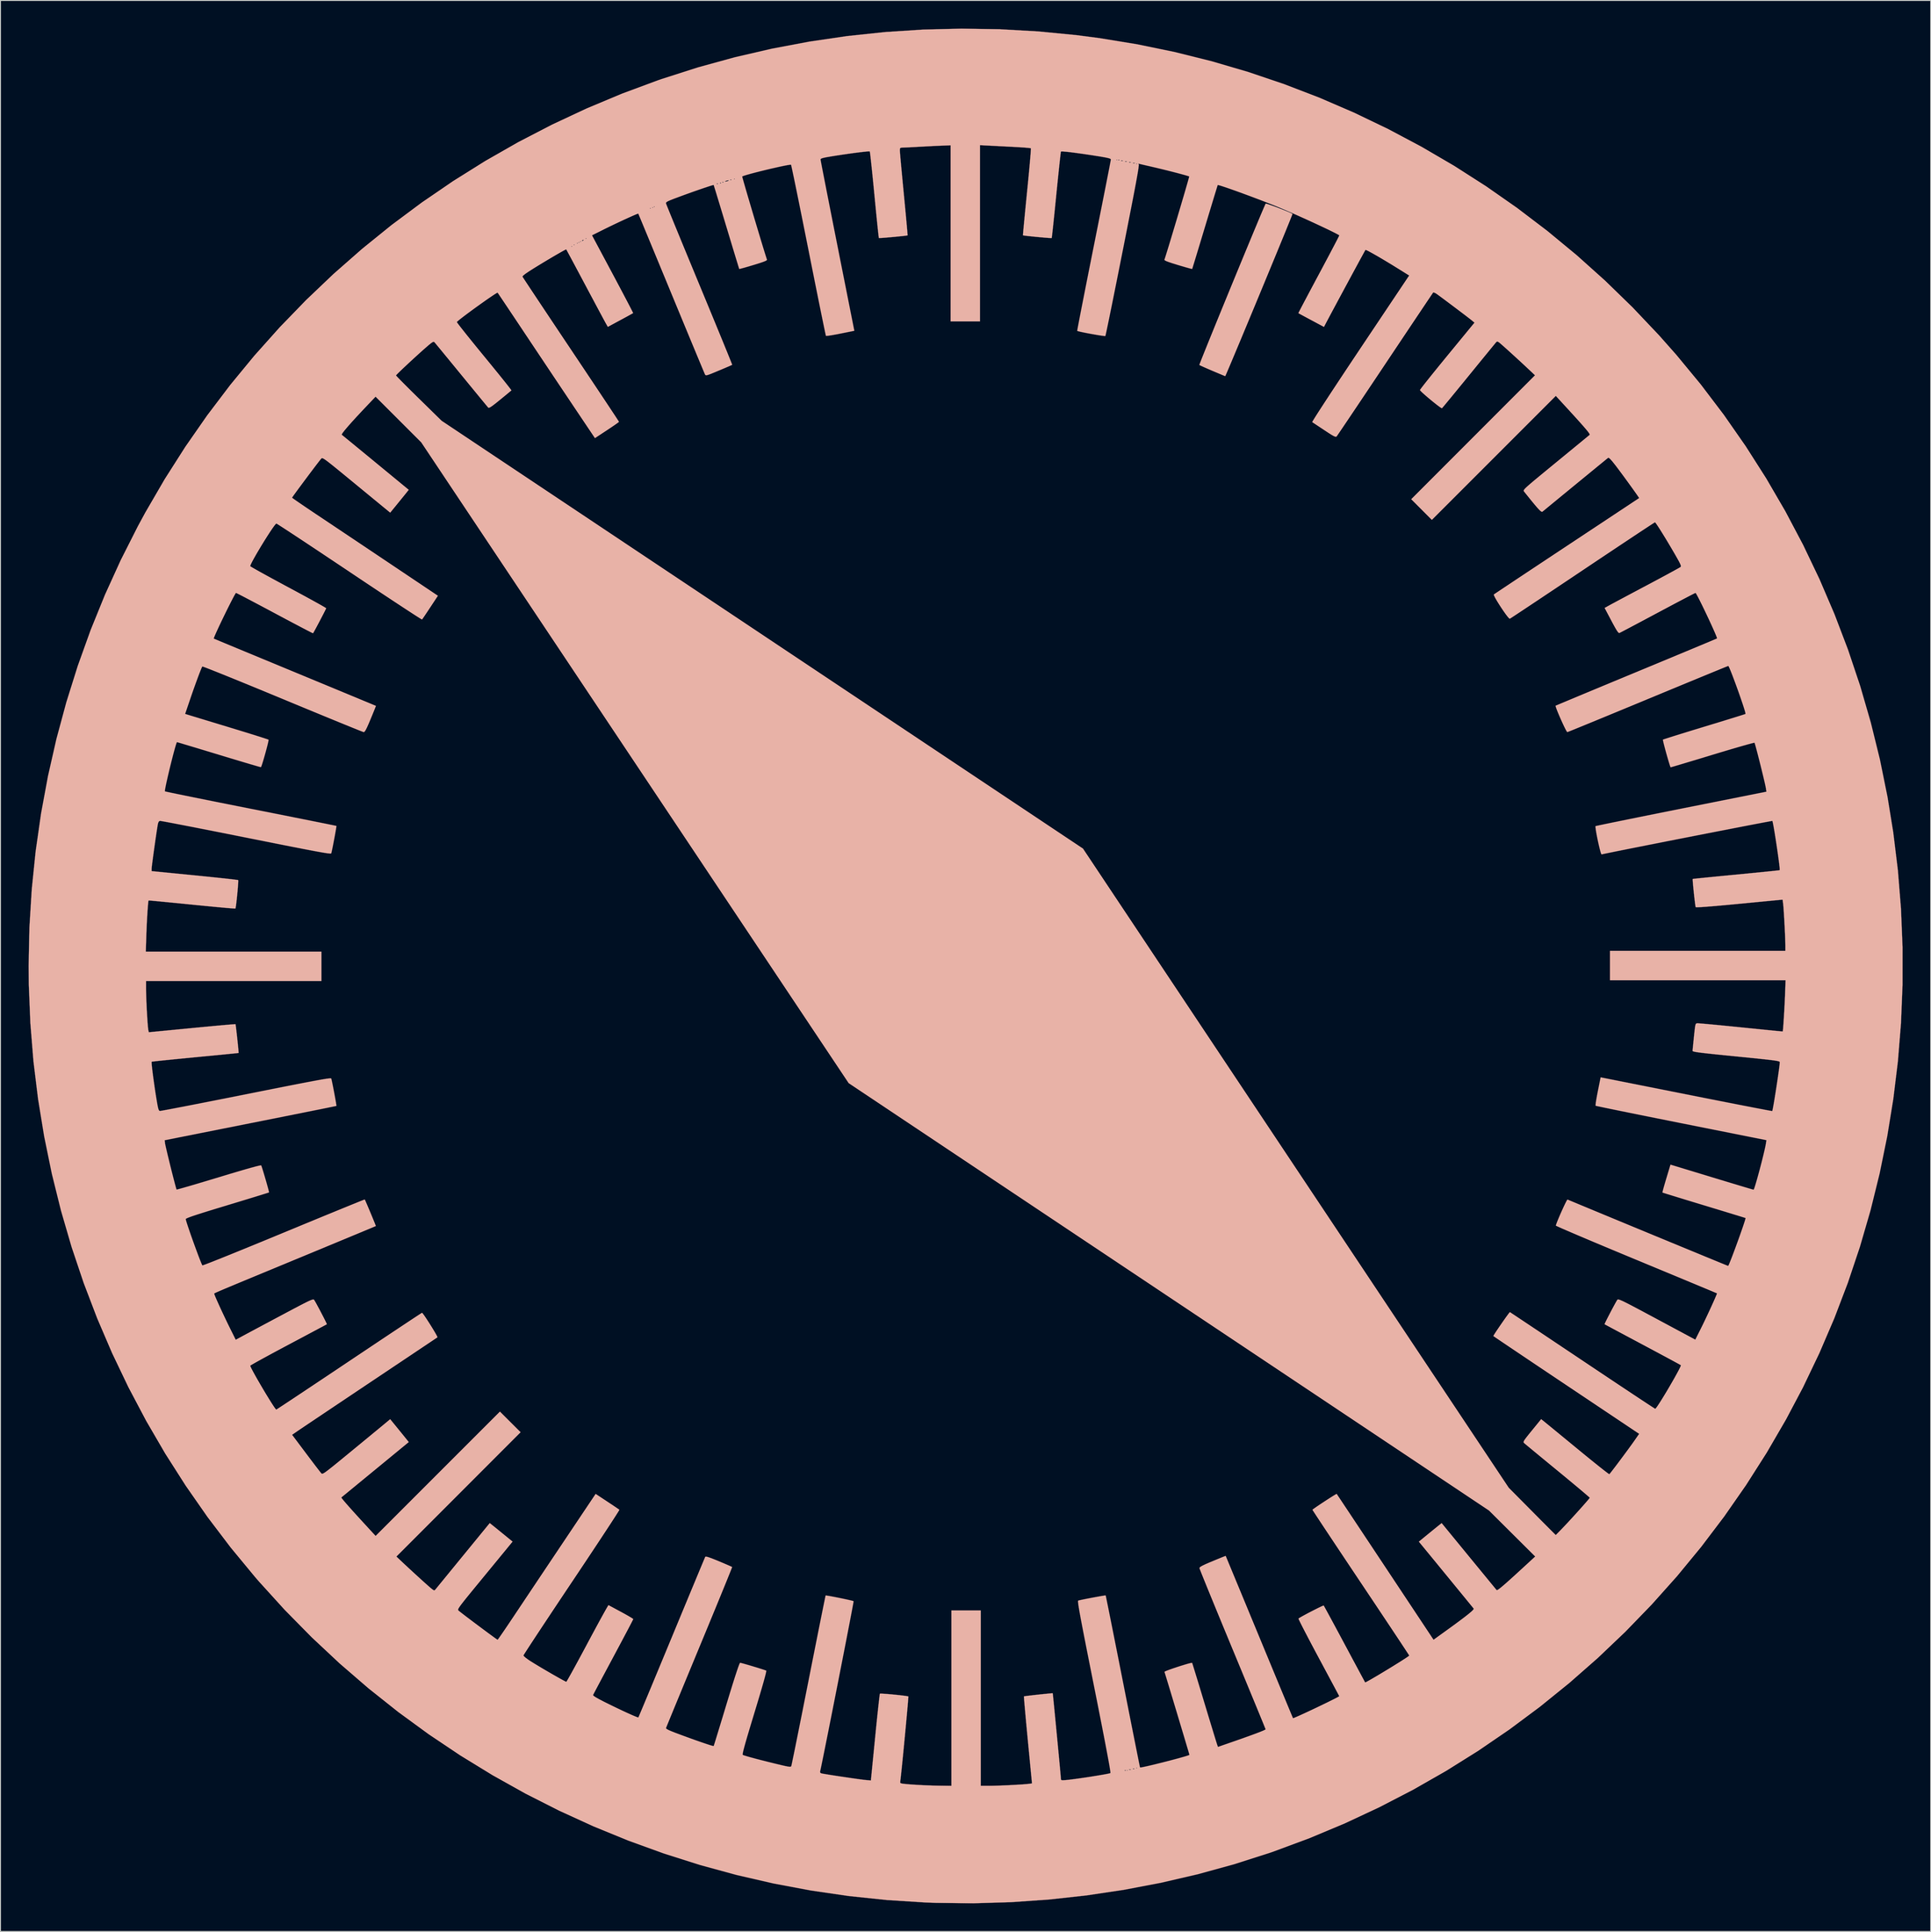
<source format=kicad_pcb>
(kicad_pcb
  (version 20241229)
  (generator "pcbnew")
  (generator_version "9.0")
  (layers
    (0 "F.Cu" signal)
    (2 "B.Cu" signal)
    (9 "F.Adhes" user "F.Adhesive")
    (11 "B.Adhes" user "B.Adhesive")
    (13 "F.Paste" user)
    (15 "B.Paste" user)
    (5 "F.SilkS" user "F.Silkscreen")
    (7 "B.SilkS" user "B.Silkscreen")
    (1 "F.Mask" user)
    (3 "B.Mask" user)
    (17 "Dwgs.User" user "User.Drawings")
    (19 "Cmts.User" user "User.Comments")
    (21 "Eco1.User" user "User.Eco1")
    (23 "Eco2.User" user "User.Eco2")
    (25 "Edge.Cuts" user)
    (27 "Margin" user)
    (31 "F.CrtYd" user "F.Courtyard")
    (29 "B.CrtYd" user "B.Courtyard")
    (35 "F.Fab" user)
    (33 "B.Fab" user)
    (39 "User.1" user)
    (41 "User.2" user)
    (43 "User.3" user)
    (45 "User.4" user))
  (footprint "safari_20x20_B"
    (layer "F.Cu")
    (at 99.994 99.986)
    (property "Reference" "safari_20x20_B" (at 0 0 0) (layer "B.SilkS") (effects (font (size 1.524 1.524) (thickness 0.3))))
    (attr through_hole)
    (fp_poly (pts (xy 32.1 -81.301) (xy 32.315 -81.235) (xy 32.624 -81.128) (xy 32.998 -80.992) (xy 33.405 -80.838) (xy 33.815 -80.678) (xy 34.198 -80.525) (xy 34.521 -80.389) (xy 34.755 -80.283) (xy 34.868 -80.219) (xy 34.841 -80.139) (xy 34.754 -79.914) (xy 34.612 -79.558) (xy 34.419 -79.082) (xy 34.182 -78.498) (xy 33.904 -77.819) (xy 33.591 -77.057) (xy 33.248 -76.223) (xy 32.88 -75.331) (xy 32.492 -74.392) (xy 32.09 -73.418) (xy 31.677 -72.422) (xy 31.26 -71.415) (xy 30.843 -70.41) (xy 30.431 -69.42) (xy 30.029 -68.455) (xy 29.643 -67.529) (xy 29.278 -66.653) (xy 28.937 -65.84) (xy 28.627 -65.101) (xy 28.353 -64.449) (xy 28.12 -63.897) (xy 27.931 -63.455) (xy 27.794 -63.137) (xy 27.712 -62.955) (xy 27.691 -62.914) (xy 27.601 -62.948) (xy 27.382 -63.038) (xy 27.06 -63.172) (xy 26.662 -63.339) (xy 26.315 -63.486) (xy 25.875 -63.675) (xy 25.49 -63.844) (xy 25.187 -63.98) (xy 24.992 -64.072) (xy 24.934 -64.105) (xy 24.959 -64.188) (xy 25.045 -64.414) (xy 25.185 -64.773) (xy 25.376 -65.251) (xy 25.611 -65.837) (xy 25.886 -66.518) (xy 26.196 -67.281) (xy 26.536 -68.116) (xy 26.9 -69.009) (xy 27.284 -69.949) (xy 27.683 -70.922) (xy 28.092 -71.918) (xy 28.505 -72.923) (xy 28.918 -73.925) (xy 29.325 -74.913) (xy 29.722 -75.874) (xy 30.104 -76.795) (xy 30.465 -77.665) (xy 30.8 -78.471) (xy 31.105 -79.201) (xy 31.374 -79.844) (xy 31.603 -80.385) (xy 31.786 -80.814) (xy 31.919 -81.118) (xy 31.995 -81.285) (xy 32.011 -81.314) (xy 32.1 -81.301)) (stroke (width 0.01) (type solid)) (fill yes) (layer "B.SilkS"))
    (fp_poly (pts (xy 3.638 -99.916) (xy 7.725 -99.686) (xy 11.806 -99.29) (xy 14.266 -98.97) (xy 18.299 -98.31) (xy 22.288 -97.488) (xy 26.23 -96.506) (xy 30.119 -95.366) (xy 33.951 -94.07) (xy 37.723 -92.622) (xy 41.43 -91.023) (xy 45.068 -89.276) (xy 48.632 -87.383) (xy 52.118 -85.347) (xy 55.522 -83.169) (xy 58.84 -80.852) (xy 62.066 -78.399) (xy 65.198 -75.812) (xy 68.231 -73.093) (xy 71.16 -70.245) (xy 73.981 -67.269) (xy 75.819 -65.193) (xy 78.426 -62.038) (xy 80.895 -58.786) (xy 83.225 -55.443) (xy 85.413 -52.012) (xy 87.457 -48.5) (xy 89.355 -44.91) (xy 91.104 -41.248) (xy 92.703 -37.518) (xy 94.149 -33.725) (xy 95.44 -29.875) (xy 96.573 -25.972) (xy 97.548 -22.02) (xy 98.36 -18.025) (xy 98.97 -14.266) (xy 99.468 -10.188) (xy 99.798 -6.107) (xy 99.963 -2.026) (xy 99.962 2.047) (xy 99.798 6.109) (xy 99.47 10.155) (xy 98.98 14.178) (xy 98.329 18.174) (xy 97.518 22.138) (xy 96.548 26.065) (xy 95.418 29.95) (xy 94.132 33.787) (xy 92.689 37.571) (xy 91.09 41.298) (xy 89.337 44.962) (xy 87.533 48.372) (xy 85.469 51.922) (xy 83.27 55.372) (xy 80.939 58.721) (xy 78.481 61.964) (xy 75.9 65.098) (xy 73.198 68.121) (xy 70.381 71.028) (xy 67.452 73.816) (xy 64.414 76.482) (xy 61.272 79.024) (xy 58.03 81.437) (xy 54.691 83.719) (xy 51.26 85.866) (xy 47.74 87.875) (xy 44.134 89.742) (xy 40.448 91.465) (xy 36.684 93.041) (xy 32.848 94.465) (xy 32.427 94.61) (xy 28.636 95.823) (xy 24.776 96.884) (xy 20.861 97.793) (xy 16.901 98.548) (xy 12.908 99.146) (xy 8.894 99.587) (xy 4.871 99.868) (xy 0.851 99.987) (xy -3.154 99.944) (xy -4.311 99.901) (xy -8.415 99.639) (xy -12.487 99.212) (xy -16.522 98.623) (xy -20.516 97.872) (xy -24.464 96.963) (xy -28.364 95.897) (xy -32.209 94.676) (xy -35.997 93.303) (xy -39.723 91.779) (xy -43.383 90.106) (xy -46.973 88.287) (xy -50.487 86.323) (xy -53.924 84.217) (xy -57.277 81.971) (xy -60.543 79.586) (xy -63.717 77.064) (xy -66.796 74.408) (xy -69.776 71.62) (xy -72.651 68.702) (xy -75.418 65.656) (xy -75.819 65.193) (xy -78.428 62.036) (xy -80.897 58.785) (xy -83.224 55.446) (xy -85.408 52.023) (xy -87.447 48.521) (xy -89.338 44.944) (xy -91.082 41.297) (xy -92.675 37.584) (xy -94.116 33.811) (xy -95.403 29.981) (xy -96.535 26.099) (xy -97.51 22.171) (xy -98.326 18.199) (xy -98.982 14.19) (xy -99.476 10.147) (xy -99.805 6.076) (xy -99.97 1.98) (xy -99.989 0) (xy -99.958 -1.524) (xy -87.488 -1.524) (xy -68.749 -1.524) (xy -68.749 1.609) (xy -87.461 1.609) (xy -87.461 2.474) (xy -87.456 2.86) (xy -87.442 3.34) (xy -87.42 3.881) (xy -87.394 4.455) (xy -87.363 5.03) (xy -87.33 5.575) (xy -87.297 6.06) (xy -87.265 6.455) (xy -87.235 6.728) (xy -87.221 6.818) (xy -87.164 7.074) (xy -82.557 6.628) (xy -81.692 6.545) (xy -80.879 6.468) (xy -80.133 6.398) (xy -79.469 6.338) (xy -78.903 6.288) (xy -78.451 6.25) (xy -78.127 6.225) (xy -77.948 6.214) (xy -77.915 6.215) (xy -77.898 6.303) (xy -77.868 6.526) (xy -77.829 6.852) (xy -77.783 7.248) (xy -77.735 7.682) (xy -77.689 8.121) (xy -77.647 8.532) (xy -77.613 8.883) (xy -77.59 9.141) (xy -77.583 9.274) (xy -77.584 9.284) (xy -77.669 9.295) (xy -77.906 9.32) (xy -78.281 9.358) (xy -78.779 9.407) (xy -79.385 9.467) (xy -80.082 9.535) (xy -80.856 9.61) (xy -81.692 9.69) (xy -82.211 9.74) (xy -83.077 9.824) (xy -83.892 9.904) (xy -84.639 9.978) (xy -85.304 10.045) (xy -85.871 10.103) (xy -86.325 10.151) (xy -86.65 10.188) (xy -86.831 10.211) (xy -86.864 10.217) (xy -86.87 10.314) (xy -86.853 10.554) (xy -86.816 10.915) (xy -86.761 11.373) (xy -86.692 11.905) (xy -86.611 12.488) (xy -86.523 13.098) (xy -86.429 13.713) (xy -86.374 14.055) (xy -86.288 14.572) (xy -86.22 14.946) (xy -86.163 15.199) (xy -86.111 15.355) (xy -86.057 15.437) (xy -85.995 15.469) (xy -85.978 15.472) (xy -85.874 15.458) (xy -85.615 15.413) (xy -85.211 15.339) (xy -84.675 15.238) (xy -84.016 15.112) (xy -83.245 14.964) (xy -82.374 14.794) (xy -81.413 14.606) (xy -80.374 14.402) (xy -79.267 14.183) (xy -78.103 13.953) (xy -76.893 13.712) (xy -76.772 13.688) (xy -75.332 13.4) (xy -74.048 13.145) (xy -72.913 12.92) (xy -71.918 12.724) (xy -71.054 12.555) (xy -70.312 12.412) (xy -69.684 12.293) (xy -69.161 12.196) (xy -68.733 12.12) (xy -68.394 12.064) (xy -68.132 12.025) (xy -67.941 12.001) (xy -67.811 11.992) (xy -67.733 11.996) (xy -67.699 12.011) (xy -67.697 12.017) (xy -67.655 12.19) (xy -67.594 12.476) (xy -67.52 12.843) (xy -67.439 13.256) (xy -67.358 13.685) (xy -67.282 14.097) (xy -67.218 14.458) (xy -67.172 14.737) (xy -67.149 14.9) (xy -67.149 14.93) (xy -67.235 14.949) (xy -67.476 14.999) (xy -67.863 15.078) (xy -68.383 15.184) (xy -69.026 15.314) (xy -69.783 15.466) (xy -70.642 15.638) (xy -71.592 15.829) (xy -72.624 16.035) (xy -73.725 16.255) (xy -74.886 16.486) (xy -76.096 16.727) (xy -76.327 16.773) (xy -85.471 18.591) (xy -85.442 18.884) (xy -85.415 19.035) (xy -85.354 19.315) (xy -85.265 19.701) (xy -85.155 20.168) (xy -85.028 20.689) (xy -84.893 21.241) (xy -84.754 21.798) (xy -84.618 22.336) (xy -84.491 22.829) (xy -84.38 23.253) (xy -84.291 23.583) (xy -84.229 23.793) (xy -84.204 23.859) (xy -84.118 23.843) (xy -83.884 23.781) (xy -83.518 23.679) (xy -83.034 23.54) (xy -82.448 23.369) (xy -81.773 23.169) (xy -81.025 22.946) (xy -80.219 22.704) (xy -79.694 22.545) (xy -78.579 22.208) (xy -77.624 21.924) (xy -76.827 21.691) (xy -76.188 21.511) (xy -75.706 21.382) (xy -75.379 21.304) (xy -75.206 21.277) (xy -75.176 21.283) (xy -75.126 21.411) (xy -75.045 21.66) (xy -74.94 21.997) (xy -74.822 22.39) (xy -74.7 22.809) (xy -74.582 23.22) (xy -74.479 23.592) (xy -74.398 23.894) (xy -74.35 24.093) (xy -74.342 24.158) (xy -74.428 24.187) (xy -74.661 24.262) (xy -75.027 24.375) (xy -75.51 24.525) (xy -76.095 24.704) (xy -76.769 24.91) (xy -77.515 25.138) (xy -78.32 25.382) (xy -78.803 25.529) (xy -79.801 25.831) (xy -80.646 26.09) (xy -81.35 26.309) (xy -81.924 26.491) (xy -82.378 26.64) (xy -82.723 26.76) (xy -82.969 26.854) (xy -83.128 26.925) (xy -83.21 26.977) (xy -83.227 27.007) (xy -83.199 27.141) (xy -83.12 27.407) (xy -82.998 27.78) (xy -82.844 28.236) (xy -82.666 28.75) (xy -82.472 29.296) (xy -82.272 29.85) (xy -82.075 30.388) (xy -81.89 30.883) (xy -81.725 31.312) (xy -81.589 31.65) (xy -81.493 31.872) (xy -81.45 31.948) (xy -81.364 31.925) (xy -81.133 31.842) (xy -80.765 31.702) (xy -80.271 31.508) (xy -79.661 31.266) (xy -78.945 30.979) (xy -78.134 30.651) (xy -77.236 30.286) (xy -76.263 29.889) (xy -75.224 29.463) (xy -74.129 29.012) (xy -72.989 28.541) (xy -72.771 28.451) (xy -71.623 27.977) (xy -70.521 27.521) (xy -69.472 27.089) (xy -68.487 26.683) (xy -67.577 26.31) (xy -66.751 25.972) (xy -66.02 25.673) (xy -65.393 25.418) (xy -64.88 25.211) (xy -64.492 25.055) (xy -64.238 24.956) (xy -64.128 24.917) (xy -64.125 24.916) (xy -64.082 25.001) (xy -63.99 25.211) (xy -63.859 25.514) (xy -63.703 25.881) (xy -63.534 26.282) (xy -63.366 26.686) (xy -63.21 27.064) (xy -63.079 27.386) (xy -62.985 27.62) (xy -62.943 27.737) (xy -62.941 27.745) (xy -63.02 27.779) (xy -63.244 27.873) (xy -63.605 28.024) (xy -64.091 28.226) (xy -64.693 28.477) (xy -65.4 28.77) (xy -66.202 29.103) (xy -67.089 29.471) (xy -68.05 29.87) (xy -69.075 30.295) (xy -70.155 30.742) (xy -71.165 31.16) (xy -72.547 31.732) (xy -73.781 32.243) (xy -74.875 32.696) (xy -75.838 33.094) (xy -76.678 33.442) (xy -77.403 33.743) (xy -78.021 34) (xy -78.542 34.218) (xy -78.973 34.398) (xy -79.323 34.546) (xy -79.599 34.664) (xy -79.811 34.757) (xy -79.967 34.827) (xy -80.075 34.878) (xy -80.142 34.914) (xy -80.179 34.939) (xy -80.193 34.955) (xy -80.192 34.967) (xy -80.185 34.977) (xy -80.179 34.991) (xy -80.179 34.993) (xy -80.144 35.106) (xy -80.046 35.348) (xy -79.894 35.696) (xy -79.701 36.127) (xy -79.477 36.616) (xy -79.231 37.142) (xy -78.976 37.681) (xy -78.722 38.208) (xy -78.479 38.702) (xy -78.472 38.715) (xy -77.891 39.881) (xy -77.278 39.547) (xy -77.077 39.439) (xy -76.745 39.26) (xy -76.299 39.022) (xy -75.759 38.733) (xy -75.142 38.403) (xy -74.466 38.042) (xy -73.75 37.66) (xy -73.153 37.342) (xy -72.334 36.907) (xy -71.652 36.545) (xy -71.094 36.252) (xy -70.646 36.021) (xy -70.296 35.845) (xy -70.03 35.719) (xy -69.837 35.637) (xy -69.703 35.593) (xy -69.615 35.58) (xy -69.561 35.592) (xy -69.529 35.621) (xy -69.446 35.754) (xy -69.31 35.994) (xy -69.138 36.311) (xy -68.943 36.675) (xy -68.742 37.058) (xy -68.549 37.43) (xy -68.381 37.761) (xy -68.253 38.021) (xy -68.18 38.183) (xy -68.17 38.221) (xy -68.248 38.264) (xy -68.462 38.379) (xy -68.798 38.558) (xy -69.243 38.795) (xy -69.782 39.082) (xy -70.402 39.412) (xy -71.089 39.778) (xy -71.83 40.171) (xy -72.251 40.395) (xy -73.016 40.802) (xy -73.735 41.187) (xy -74.395 41.544) (xy -74.981 41.863) (xy -75.48 42.138) (xy -75.878 42.36) (xy -76.161 42.523) (xy -76.316 42.619) (xy -76.341 42.64) (xy -76.312 42.742) (xy -76.206 42.965) (xy -76.036 43.289) (xy -75.815 43.691) (xy -75.555 44.15) (xy -75.268 44.645) (xy -74.969 45.154) (xy -74.668 45.656) (xy -74.379 46.129) (xy -74.115 46.552) (xy -73.889 46.903) (xy -73.712 47.162) (xy -73.598 47.306) (xy -73.566 47.329) (xy -73.489 47.283) (xy -73.281 47.148) (xy -72.95 46.932) (xy -72.506 46.639) (xy -71.957 46.276) (xy -71.313 45.849) (xy -70.583 45.363) (xy -69.776 44.826) (xy -68.901 44.243) (xy -67.966 43.62) (xy -66.982 42.962) (xy -65.958 42.277) (xy -65.789 42.164) (xy -64.758 41.475) (xy -63.767 40.813) (xy -62.824 40.183) (xy -61.939 39.593) (xy -61.12 39.048) (xy -60.377 38.555) (xy -59.719 38.118) (xy -59.154 37.744) (xy -58.693 37.44) (xy -58.343 37.211) (xy -58.114 37.063) (xy -58.016 37.002) (xy -58.012 37.001) (xy -57.942 37.069) (xy -57.804 37.253) (xy -57.617 37.525) (xy -57.398 37.859) (xy -57.163 38.225) (xy -56.931 38.598) (xy -56.718 38.95) (xy -56.541 39.253) (xy -56.418 39.48) (xy -56.367 39.603) (xy -56.369 39.616) (xy -56.448 39.669) (xy -56.659 39.81) (xy -56.991 40.032) (xy -57.436 40.33) (xy -57.983 40.696) (xy -58.623 41.124) (xy -59.347 41.609) (xy -60.146 42.143) (xy -61.009 42.72) (xy -61.927 43.334) (xy -62.891 43.979) (xy -63.549 44.418) (xy -64.551 45.089) (xy -65.524 45.74) (xy -66.456 46.364) (xy -67.337 46.954) (xy -68.156 47.503) (xy -68.904 48.004) (xy -69.569 48.45) (xy -70.141 48.834) (xy -70.61 49.149) (xy -70.965 49.388) (xy -71.195 49.544) (xy -71.266 49.592) (xy -71.878 50.014) (xy -70.391 51.995) (xy -70.006 52.507) (xy -69.648 52.98) (xy -69.331 53.396) (xy -69.069 53.736) (xy -68.877 53.982) (xy -68.768 54.115) (xy -68.757 54.128) (xy -68.717 54.16) (xy -68.666 54.172) (xy -68.593 54.155) (xy -68.484 54.1) (xy -68.329 54) (xy -68.116 53.844) (xy -67.834 53.626) (xy -67.469 53.335) (xy -67.011 52.964) (xy -66.448 52.503) (xy -65.768 51.945) (xy -65.652 51.85) (xy -65.015 51.326) (xy -64.396 50.817) (xy -63.811 50.336) (xy -63.279 49.897) (xy -62.815 49.515) (xy -62.438 49.204) (xy -62.163 48.977) (xy -62.052 48.885) (xy -61.409 48.351) (xy -60.74 49.17) (xy -60.446 49.531) (xy -60.157 49.887) (xy -59.908 50.194) (xy -59.751 50.389) (xy -59.43 50.789) (xy -63.01 53.73) (xy -63.682 54.282) (xy -64.314 54.801) (xy -64.895 55.278) (xy -65.411 55.702) (xy -65.851 56.063) (xy -66.204 56.353) (xy -66.457 56.56) (xy -66.597 56.675) (xy -66.623 56.696) (xy -66.585 56.772) (xy -66.435 56.964) (xy -66.179 57.266) (xy -65.822 57.674) (xy -65.369 58.181) (xy -64.825 58.78) (xy -64.237 59.422) (xy -62.965 60.805) (xy -56.333 54.174) (xy -49.7 47.542) (xy -48.599 48.641) (xy -47.497 49.74) (xy -54.123 56.371) (xy -60.748 63.001) (xy -60.239 63.483) (xy -59.863 63.836) (xy -59.437 64.232) (xy -58.985 64.649) (xy -58.529 65.067) (xy -58.094 65.463) (xy -57.702 65.817) (xy -57.377 66.106) (xy -57.142 66.311) (xy -57.077 66.366) (xy -56.865 66.535) (xy -56.74 66.607) (xy -56.658 66.594) (xy -56.575 66.507) (xy -56.569 66.5) (xy -56.49 66.403) (xy -56.314 66.188) (xy -56.052 65.868) (xy -55.714 65.455) (xy -55.312 64.963) (xy -54.855 64.405) (xy -54.354 63.792) (xy -53.82 63.139) (xy -53.608 62.881) (xy -50.786 59.433) (xy -50.388 59.752) (xy -50.16 59.935) (xy -49.845 60.191) (xy -49.487 60.482) (xy -49.171 60.739) (xy -48.353 61.407) (xy -48.846 62.009) (xy -49.003 62.201) (xy -49.255 62.507) (xy -49.586 62.91) (xy -49.984 63.395) (xy -50.435 63.943) (xy -50.925 64.54) (xy -51.441 65.167) (xy -51.807 65.613) (xy -52.386 66.318) (xy -52.866 66.904) (xy -53.255 67.383) (xy -53.562 67.767) (xy -53.796 68.067) (xy -53.964 68.294) (xy -54.076 68.461) (xy -54.14 68.578) (xy -54.165 68.659) (xy -54.159 68.714) (xy -54.131 68.754) (xy -54.125 68.76) (xy -54.015 68.852) (xy -53.796 69.025) (xy -53.488 69.262) (xy -53.111 69.549) (xy -52.685 69.871) (xy -52.23 70.212) (xy -51.767 70.558) (xy -51.316 70.894) (xy -50.898 71.203) (xy -50.531 71.472) (xy -50.238 71.685) (xy -50.037 71.826) (xy -49.95 71.882) (xy -49.948 71.882) (xy -49.891 71.814) (xy -49.751 71.62) (xy -49.539 71.317) (xy -49.265 70.919) (xy -48.941 70.441) (xy -48.577 69.901) (xy -48.183 69.313) (xy -48.16 69.278) (xy -47.81 68.754) (xy -47.379 68.109) (xy -46.881 67.363) (xy -46.327 66.535) (xy -45.732 65.645) (xy -45.108 64.713) (xy -44.469 63.758) (xy -43.828 62.801) (xy -43.198 61.861) (xy -42.955 61.498) (xy -39.486 56.321) (xy -38.25 57.138) (xy -37.844 57.407) (xy -37.488 57.645) (xy -37.205 57.836) (xy -37.019 57.965) (xy -36.956 58.011) (xy -36.995 58.088) (xy -37.122 58.296) (xy -37.332 58.626) (xy -37.618 59.07) (xy -37.974 59.617) (xy -38.396 60.26) (xy -38.875 60.989) (xy -39.408 61.795) (xy -39.987 62.668) (xy -40.607 63.601) (xy -41.262 64.583) (xy -41.945 65.605) (xy -42.041 65.747) (xy -42.729 66.776) (xy -43.39 67.767) (xy -44.019 68.711) (xy -44.608 69.598) (xy -45.153 70.419) (xy -45.646 71.165) (xy -46.082 71.826) (xy -46.455 72.395) (xy -46.758 72.86) (xy -46.986 73.214) (xy -47.132 73.447) (xy -47.191 73.549) (xy -47.192 73.552) (xy -47.127 73.649) (xy -46.941 73.811) (xy -46.658 74.017) (xy -46.397 74.188) (xy -46.058 74.399) (xy -45.649 74.647) (xy -45.193 74.919) (xy -44.713 75.201) (xy -44.233 75.48) (xy -43.775 75.742) (xy -43.363 75.975) (xy -43.02 76.165) (xy -42.769 76.299) (xy -42.632 76.363) (xy -42.617 76.366) (xy -42.565 76.293) (xy -42.441 76.084) (xy -42.253 75.752) (xy -42.007 75.311) (xy -41.713 74.775) (xy -41.376 74.156) (xy -41.005 73.47) (xy -40.607 72.728) (xy -40.357 72.26) (xy -39.947 71.493) (xy -39.559 70.774) (xy -39.203 70.116) (xy -38.884 69.532) (xy -38.61 69.037) (xy -38.389 68.642) (xy -38.228 68.363) (xy -38.134 68.211) (xy -38.113 68.187) (xy -38.024 68.236) (xy -37.811 68.351) (xy -37.499 68.519) (xy -37.115 68.726) (xy -36.767 68.913) (xy -36.346 69.143) (xy -35.982 69.349) (xy -35.7 69.516) (xy -35.524 69.629) (xy -35.475 69.673) (xy -35.514 69.758) (xy -35.626 69.978) (xy -35.803 70.319) (xy -36.038 70.767) (xy -36.324 71.309) (xy -36.654 71.929) (xy -37.019 72.615) (xy -37.413 73.352) (xy -37.599 73.701) (xy -38.005 74.459) (xy -38.387 75.173) (xy -38.738 75.829) (xy -39.049 76.414) (xy -39.314 76.913) (xy -39.525 77.311) (xy -39.674 77.595) (xy -39.754 77.751) (xy -39.766 77.775) (xy -39.708 77.858) (xy -39.494 78.005) (xy -39.124 78.215) (xy -38.598 78.488) (xy -38.467 78.554) (xy -37.834 78.866) (xy -37.219 79.164) (xy -36.64 79.439) (xy -36.115 79.682) (xy -35.663 79.885) (xy -35.303 80.039) (xy -35.054 80.137) (xy -34.934 80.169) (xy -34.927 80.167) (xy -34.889 80.085) (xy -34.792 79.856) (xy -34.638 79.492) (xy -34.432 79.001) (xy -34.178 78.394) (xy -33.88 77.681) (xy -33.543 76.873) (xy -33.171 75.978) (xy -32.768 75.008) (xy -32.338 73.973) (xy -31.885 72.882) (xy -31.414 71.746) (xy -31.363 71.623) (xy -30.89 70.481) (xy -30.435 69.383) (xy -30.001 68.338) (xy -29.594 67.357) (xy -29.217 66.449) (xy -28.874 65.626) (xy -28.571 64.897) (xy -28.311 64.272) (xy -28.098 63.762) (xy -27.936 63.377) (xy -27.831 63.127) (xy -27.785 63.023) (xy -27.784 63.021) (xy -27.697 63.008) (xy -27.481 63.062) (xy -27.13 63.185) (xy -26.638 63.38) (xy -26.344 63.502) (xy -25.895 63.691) (xy -25.503 63.858) (xy -25.193 63.993) (xy -24.992 64.083) (xy -24.925 64.116) (xy -24.952 64.198) (xy -25.04 64.425) (xy -25.185 64.789) (xy -25.382 65.278) (xy -25.628 65.884) (xy -25.919 66.595) (xy -26.249 67.403) (xy -26.616 68.296) (xy -27.015 69.264) (xy -27.442 70.299) (xy -27.892 71.388) (xy -28.362 72.523) (xy -28.416 72.652) (xy -28.889 73.794) (xy -29.344 74.893) (xy -29.778 75.94) (xy -30.184 76.923) (xy -30.56 77.833) (xy -30.902 78.66) (xy -31.204 79.392) (xy -31.462 80.021) (xy -31.673 80.535) (xy -31.833 80.924) (xy -31.936 81.178) (xy -31.979 81.288) (xy -31.979 81.29) (xy -31.963 81.347) (xy -31.875 81.419) (xy -31.696 81.513) (xy -31.412 81.636) (xy -31.005 81.797) (xy -30.458 82.002) (xy -30.296 82.062) (xy -29.54 82.338) (xy -28.851 82.586) (xy -28.241 82.8) (xy -27.727 82.975) (xy -27.323 83.106) (xy -27.043 83.189) (xy -26.902 83.218) (xy -26.888 83.215) (xy -26.86 83.131) (xy -26.787 82.899) (xy -26.674 82.535) (xy -26.526 82.053) (xy -26.347 81.469) (xy -26.141 80.796) (xy -25.914 80.051) (xy -25.67 79.247) (xy -25.523 78.761) (xy -25.182 77.643) (xy -24.886 76.687) (xy -24.635 75.894) (xy -24.429 75.264) (xy -24.269 74.796) (xy -24.154 74.491) (xy -24.084 74.349) (xy -24.07 74.337) (xy -23.953 74.361) (xy -23.71 74.426) (xy -23.373 74.521) (xy -22.978 74.637) (xy -22.559 74.762) (xy -22.149 74.887) (xy -21.783 75.002) (xy -21.495 75.096) (xy -21.319 75.159) (xy -21.287 75.173) (xy -21.29 75.267) (xy -21.344 75.519) (xy -21.449 75.927) (xy -21.604 76.487) (xy -21.809 77.197) (xy -22.062 78.054) (xy -22.364 79.056) (xy -22.547 79.66) (xy -22.852 80.665) (xy -23.11 81.52) (xy -23.321 82.234) (xy -23.491 82.818) (xy -23.62 83.282) (xy -23.713 83.636) (xy -23.772 83.891) (xy -23.799 84.056) (xy -23.798 84.143) (xy -23.787 84.161) (xy -23.649 84.216) (xy -23.365 84.305) (xy -22.955 84.422) (xy -22.437 84.562) (xy -21.83 84.72) (xy -21.155 84.891) (xy -20.43 85.07) (xy -20.151 85.138) (xy -19.619 85.265) (xy -19.229 85.353) (xy -18.958 85.406) (xy -18.782 85.427) (xy -18.678 85.418) (xy -18.624 85.385) (xy -18.607 85.356) (xy -18.583 85.256) (xy -18.528 85.001) (xy -18.445 84.601) (xy -18.335 84.067) (xy -18.201 83.412) (xy -18.046 82.644) (xy -17.871 81.776) (xy -17.679 80.818) (xy -17.471 79.781) (xy -17.251 78.675) (xy -17.02 77.513) (xy -16.78 76.304) (xy -16.76 76.201) (xy -16.52 74.991) (xy -16.289 73.829) (xy -16.069 72.725) (xy -15.863 71.689) (xy -15.672 70.732) (xy -15.498 69.866) (xy -15.344 69.1) (xy -15.212 68.446) (xy -15.104 67.914) (xy -15.022 67.514) (xy -14.969 67.259) (xy -14.946 67.157) (xy -14.945 67.156) (xy -14.855 67.161) (xy -14.633 67.196) (xy -14.31 67.254) (xy -13.92 67.329) (xy -13.494 67.414) (xy -13.065 67.503) (xy -12.665 67.588) (xy -12.328 67.664) (xy -12.085 67.724) (xy -11.969 67.76) (xy -11.965 67.763) (xy -11.976 67.849) (xy -12.018 68.088) (xy -12.088 68.467) (xy -12.183 68.973) (xy -12.301 69.593) (xy -12.44 70.314) (xy -12.596 71.123) (xy -12.768 72.007) (xy -12.952 72.954) (xy -13.147 73.949) (xy -13.349 74.981) (xy -13.556 76.035) (xy -13.765 77.1) (xy -13.975 78.162) (xy -14.181 79.208) (xy -14.383 80.225) (xy -14.577 81.2) (xy -14.76 82.12) (xy -14.931 82.972) (xy -15.086 83.744) (xy -15.223 84.421) (xy -15.339 84.992) (xy -15.432 85.443) (xy -15.5 85.761) (xy -15.54 85.933) (xy -15.544 85.948) (xy -15.511 86.078) (xy -15.391 86.134) (xy -15.212 86.169) (xy -14.896 86.223) (xy -14.471 86.292) (xy -13.967 86.371) (xy -13.413 86.456) (xy -12.839 86.541) (xy -12.275 86.624) (xy -11.75 86.699) (xy -11.293 86.762) (xy -10.935 86.809) (xy -10.71 86.834) (xy -10.116 86.889) (xy -9.662 82.285) (xy -9.576 81.42) (xy -9.493 80.606) (xy -9.415 79.858) (xy -9.344 79.193) (xy -9.282 78.625) (xy -9.23 78.171) (xy -9.19 77.845) (xy -9.163 77.663) (xy -9.155 77.629) (xy -9.059 77.622) (xy -8.828 77.631) (xy -8.496 77.654) (xy -8.095 77.687) (xy -7.66 77.727) (xy -7.222 77.771) (xy -6.817 77.816) (xy -6.476 77.859) (xy -6.234 77.895) (xy -6.124 77.923) (xy -6.121 77.924) (xy -6.123 78.012) (xy -6.139 78.25) (xy -6.169 78.618) (xy -6.21 79.098) (xy -6.261 79.671) (xy -6.32 80.318) (xy -6.385 81.021) (xy -6.454 81.76) (xy -6.526 82.516) (xy -6.599 83.271) (xy -6.67 84.006) (xy -6.739 84.702) (xy -6.803 85.339) (xy -6.861 85.9) (xy -6.91 86.365) (xy -6.949 86.716) (xy -6.977 86.933) (xy -6.982 86.968) (xy -6.994 87.102) (xy -6.944 87.176) (xy -6.795 87.218) (xy -6.58 87.247) (xy -6.142 87.289) (xy -5.577 87.331) (xy -4.929 87.37) (xy -4.241 87.403) (xy -3.554 87.429) (xy -2.913 87.445) (xy -2.688 87.448) (xy -1.524 87.461) (xy -1.524 68.749) (xy 1.609 68.749) (xy 1.609 87.461) (xy 2.488 87.461) (xy 2.873 87.456) (xy 3.363 87.442) (xy 3.923 87.42) (xy 4.518 87.394) (xy 5.112 87.363) (xy 5.67 87.331) (xy 6.157 87.299) (xy 6.537 87.268) (xy 6.734 87.247) (xy 7.075 87.202) (xy 6.628 82.576) (xy 6.545 81.709) (xy 6.468 80.894) (xy 6.399 80.146) (xy 6.339 79.48) (xy 6.289 78.912) (xy 6.25 78.458) (xy 6.225 78.132) (xy 6.214 77.949) (xy 6.215 77.915) (xy 6.303 77.898) (xy 6.526 77.868) (xy 6.852 77.829) (xy 7.248 77.783) (xy 7.682 77.735) (xy 8.12 77.689) (xy 8.531 77.647) (xy 8.882 77.613) (xy 9.14 77.59) (xy 9.273 77.583) (xy 9.284 77.584) (xy 9.295 77.669) (xy 9.32 77.903) (xy 9.357 78.269) (xy 9.405 78.746) (xy 9.461 79.318) (xy 9.524 79.964) (xy 9.592 80.666) (xy 9.664 81.406) (xy 9.737 82.165) (xy 9.809 82.923) (xy 9.879 83.662) (xy 9.946 84.364) (xy 10.006 85.009) (xy 10.06 85.58) (xy 10.103 86.056) (xy 10.136 86.42) (xy 10.156 86.652) (xy 10.161 86.732) (xy 10.174 86.813) (xy 10.239 86.856) (xy 10.39 86.864) (xy 10.663 86.846) (xy 10.774 86.836) (xy 11.123 86.798) (xy 11.565 86.742) (xy 12.075 86.673) (xy 12.625 86.593) (xy 13.19 86.508) (xy 13.744 86.42) (xy 14.262 86.335) (xy 14.717 86.257) (xy 15.084 86.189) (xy 15.336 86.135) (xy 15.448 86.1) (xy 15.449 86.099) (xy 15.447 86.002) (xy 15.418 85.796) (xy 16.962 85.796) (xy 16.973 85.846) (xy 17.018 85.852) (xy 17.088 85.821) (xy 17.082 85.81) (xy 17.187 85.81) (xy 17.23 85.852) (xy 17.272 85.81) (xy 17.23 85.767) (xy 17.187 85.81) (xy 17.082 85.81) (xy 17.074 85.796) (xy 16.974 85.785) (xy 16.962 85.796) (xy 15.418 85.796) (xy 15.411 85.742) (xy 17.41 85.742) (xy 17.526 85.754) (xy 17.646 85.741) (xy 17.632 85.711) (xy 17.458 85.7) (xy 17.42 85.711) (xy 17.41 85.742) (xy 15.411 85.742) (xy 15.411 85.741) (xy 15.397 85.662) (xy 17.817 85.662) (xy 17.9 85.676) (xy 18.01 85.66) (xy 18.011 85.632) (xy 17.898 85.611) (xy 17.849 85.625) (xy 17.817 85.662) (xy 15.397 85.662) (xy 15.38 85.556) (xy 18.203 85.556) (xy 18.246 85.598) (xy 18.288 85.556) (xy 18.246 85.513) (xy 18.203 85.556) (xy 15.38 85.556) (xy 15.34 85.321) (xy 15.237 84.742) (xy 15.101 84.008) (xy 14.933 83.121) (xy 14.734 82.084) (xy 14.503 80.899) (xy 14.241 79.569) (xy 13.95 78.097) (xy 13.706 76.877) (xy 13.418 75.429) (xy 13.161 74.139) (xy 12.934 72.997) (xy 12.737 71.995) (xy 12.566 71.124) (xy 12.422 70.375) (xy 12.301 69.74) (xy 12.203 69.21) (xy 12.125 68.776) (xy 12.067 68.429) (xy 12.026 68.162) (xy 12.001 67.964) (xy 11.991 67.827) (xy 11.993 67.743) (xy 12.006 67.703) (xy 12.015 67.697) (xy 12.19 67.655) (xy 12.477 67.593) (xy 12.844 67.519) (xy 13.258 67.439) (xy 13.688 67.357) (xy 14.1 67.282) (xy 14.461 67.218) (xy 14.74 67.171) (xy 14.903 67.149) (xy 14.932 67.149) (xy 14.952 67.235) (xy 15.002 67.477) (xy 15.081 67.863) (xy 15.187 68.383) (xy 15.316 69.027) (xy 15.468 69.784) (xy 15.639 70.643) (xy 15.829 71.593) (xy 16.034 72.625) (xy 16.253 73.726) (xy 16.483 74.888) (xy 16.723 76.098) (xy 16.768 76.327) (xy 17.009 77.545) (xy 17.241 78.716) (xy 17.462 79.83) (xy 17.669 80.875) (xy 17.861 81.841) (xy 18.036 82.718) (xy 18.191 83.494) (xy 18.324 84.159) (xy 18.433 84.703) (xy 18.516 85.115) (xy 18.572 85.384) (xy 18.596 85.499) (xy 18.598 85.503) (xy 18.689 85.501) (xy 18.919 85.46) (xy 19.264 85.387) (xy 19.701 85.287) (xy 20.206 85.166) (xy 20.755 85.03) (xy 21.323 84.886) (xy 21.889 84.74) (xy 22.426 84.597) (xy 22.913 84.464) (xy 23.325 84.347) (xy 23.638 84.251) (xy 23.828 84.184) (xy 23.876 84.154) (xy 23.852 84.067) (xy 23.785 83.837) (xy 23.68 83.48) (xy 23.541 83.015) (xy 23.376 82.461) (xy 23.189 81.835) (xy 22.985 81.155) (xy 22.77 80.439) (xy 22.549 79.705) (xy 22.328 78.972) (xy 22.113 78.257) (xy 21.908 77.579) (xy 21.719 76.955) (xy 21.552 76.404) (xy 21.412 75.944) (xy 21.304 75.592) (xy 21.234 75.367) (xy 21.213 75.302) (xy 21.28 75.254) (xy 21.48 75.169) (xy 21.78 75.057) (xy 22.151 74.927) (xy 22.562 74.789) (xy 22.982 74.654) (xy 23.38 74.532) (xy 23.726 74.432) (xy 23.988 74.365) (xy 24.137 74.34) (xy 24.158 74.344) (xy 24.188 74.43) (xy 24.261 74.662) (xy 24.374 75.027) (xy 24.522 75.508) (xy 24.701 76.09) (xy 24.905 76.759) (xy 25.13 77.5) (xy 25.371 78.297) (xy 25.476 78.644) (xy 25.725 79.466) (xy 25.961 80.244) (xy 26.18 80.961) (xy 26.375 81.601) (xy 26.543 82.15) (xy 26.679 82.59) (xy 26.777 82.906) (xy 26.833 83.082) (xy 26.843 83.109) (xy 26.919 83.31) (xy 28.594 82.728) (xy 29.524 82.403) (xy 30.311 82.121) (xy 30.953 81.885) (xy 31.445 81.696) (xy 31.785 81.556) (xy 31.969 81.464) (xy 32.003 81.432) (xy 31.972 81.348) (xy 31.879 81.117) (xy 31.73 80.75) (xy 31.528 80.257) (xy 31.278 79.648) (xy 30.984 78.934) (xy 30.65 78.124) (xy 30.28 77.229) (xy 29.879 76.258) (xy 29.45 75.223) (xy 28.998 74.132) (xy 28.527 72.996) (xy 28.479 72.881) (xy 28.006 71.739) (xy 27.551 70.64) (xy 27.119 69.594) (xy 26.714 68.61) (xy 26.34 67.699) (xy 26.001 66.872) (xy 25.701 66.139) (xy 25.446 65.51) (xy 25.238 64.995) (xy 25.083 64.604) (xy 24.983 64.349) (xy 24.945 64.238) (xy 24.944 64.236) (xy 24.973 64.166) (xy 25.078 64.079) (xy 25.279 63.966) (xy 25.593 63.817) (xy 26.039 63.624) (xy 26.331 63.502) (xy 26.779 63.316) (xy 27.169 63.157) (xy 27.476 63.033) (xy 27.674 62.956) (xy 27.739 62.935) (xy 27.773 63.014) (xy 27.867 63.239) (xy 28.017 63.6) (xy 28.22 64.088) (xy 28.47 64.693) (xy 28.765 65.404) (xy 29.1 66.211) (xy 29.471 67.105) (xy 29.873 68.076) (xy 30.302 69.113) (xy 30.755 70.207) (xy 31.227 71.347) (xy 31.326 71.586) (xy 31.801 72.734) (xy 32.259 73.839) (xy 32.694 74.889) (xy 33.103 75.875) (xy 33.481 76.786) (xy 33.824 77.613) (xy 34.128 78.345) (xy 34.389 78.973) (xy 34.603 79.487) (xy 34.765 79.876) (xy 34.872 80.13) (xy 34.92 80.241) (xy 34.921 80.245) (xy 35.006 80.223) (xy 35.22 80.136) (xy 35.541 79.996) (xy 35.947 79.813) (xy 36.416 79.596) (xy 36.927 79.357) (xy 37.457 79.106) (xy 37.984 78.853) (xy 38.486 78.61) (xy 38.942 78.385) (xy 39.329 78.191) (xy 39.625 78.037) (xy 39.808 77.934) (xy 39.859 77.893) (xy 39.816 77.81) (xy 39.7 77.591) (xy 39.518 77.251) (xy 39.279 76.802) (xy 38.989 76.26) (xy 38.655 75.637) (xy 38.286 74.947) (xy 37.888 74.205) (xy 37.646 73.754) (xy 37.236 72.987) (xy 36.854 72.266) (xy 36.505 71.603) (xy 36.197 71.013) (xy 35.938 70.509) (xy 35.733 70.104) (xy 35.591 69.813) (xy 35.518 69.649) (xy 35.511 69.617) (xy 35.622 69.54) (xy 35.846 69.409) (xy 36.155 69.239) (xy 36.517 69.045) (xy 36.906 68.843) (xy 37.29 68.647) (xy 37.64 68.472) (xy 37.928 68.335) (xy 38.124 68.249) (xy 38.198 68.229) (xy 38.247 68.312) (xy 38.369 68.531) (xy 38.555 68.871) (xy 38.799 69.319) (xy 39.092 69.861) (xy 39.428 70.484) (xy 39.799 71.174) (xy 40.197 71.916) (xy 40.429 72.348) (xy 40.838 73.112) (xy 41.222 73.83) (xy 41.575 74.488) (xy 41.889 75.072) (xy 42.156 75.57) (xy 42.37 75.967) (xy 42.522 76.249) (xy 42.606 76.404) (xy 42.621 76.429) (xy 42.702 76.4) (xy 42.905 76.294) (xy 43.211 76.122) (xy 43.597 75.898) (xy 44.043 75.635) (xy 44.528 75.344) (xy 45.032 75.039) (xy 45.533 74.732) (xy 46.012 74.436) (xy 46.446 74.164) (xy 46.815 73.927) (xy 47.099 73.74) (xy 47.277 73.614) (xy 47.329 73.565) (xy 47.283 73.488) (xy 47.148 73.28) (xy 46.932 72.949) (xy 46.639 72.505) (xy 46.276 71.956) (xy 45.849 71.313) (xy 45.364 70.583) (xy 44.826 69.776) (xy 44.243 68.901) (xy 43.62 67.966) (xy 42.962 66.983) (xy 42.277 65.958) (xy 42.164 65.789) (xy 41.475 64.758) (xy 40.813 63.767) (xy 40.184 62.824) (xy 39.594 61.939) (xy 39.049 61.12) (xy 38.555 60.377) (xy 38.118 59.719) (xy 37.745 59.154) (xy 37.441 58.693) (xy 37.212 58.343) (xy 37.064 58.114) (xy 37.003 58.016) (xy 37.002 58.012) (xy 37.07 57.952) (xy 37.252 57.82) (xy 37.521 57.634) (xy 37.851 57.412) (xy 38.214 57.172) (xy 38.582 56.932) (xy 38.93 56.709) (xy 39.228 56.521) (xy 39.451 56.387) (xy 39.571 56.323) (xy 39.584 56.321) (xy 39.633 56.394) (xy 39.769 56.598) (xy 39.988 56.925) (xy 40.281 57.367) (xy 40.645 57.913) (xy 41.072 58.555) (xy 41.556 59.284) (xy 42.093 60.091) (xy 42.674 60.967) (xy 43.296 61.902) (xy 43.95 62.888) (xy 44.633 63.916) (xy 44.764 64.113) (xy 49.92 71.88) (xy 51.241 70.928) (xy 52.037 70.352) (xy 52.699 69.864) (xy 53.232 69.461) (xy 53.644 69.138) (xy 53.939 68.89) (xy 54.125 68.711) (xy 54.207 68.597) (xy 54.206 68.553) (xy 54.141 68.472) (xy 53.98 68.275) (xy 53.738 67.978) (xy 53.425 67.595) (xy 53.054 67.142) (xy 52.638 66.634) (xy 52.188 66.085) (xy 51.719 65.512) (xy 51.241 64.929) (xy 50.767 64.351) (xy 50.311 63.794) (xy 49.883 63.272) (xy 49.497 62.801) (xy 49.164 62.397) (xy 48.898 62.073) (xy 48.711 61.845) (xy 48.674 61.8) (xy 48.354 61.413) (xy 49.172 60.742) (xy 49.532 60.448) (xy 49.887 60.158) (xy 50.193 59.91) (xy 50.388 59.753) (xy 50.784 59.434) (xy 53.684 62.97) (xy 54.234 63.64) (xy 54.752 64.271) (xy 55.228 64.851) (xy 55.652 65.367) (xy 56.015 65.809) (xy 56.305 66.162) (xy 56.514 66.416) (xy 56.631 66.557) (xy 56.652 66.582) (xy 56.707 66.584) (xy 56.824 66.52) (xy 57.01 66.384) (xy 57.274 66.168) (xy 57.625 65.865) (xy 58.072 65.468) (xy 58.622 64.97) (xy 59.285 64.363) (xy 59.405 64.253) (xy 60.77 62.997) (xy 58.306 60.545) (xy 55.842 58.093) (xy -12.488 12.499) (xy -35.292 -21.677) (xy -58.096 -55.854) (xy -60.533 -58.289) (xy -62.969 -60.724) (xy -63.684 -59.974) (xy -64.382 -59.237) (xy -64.994 -58.581) (xy -65.514 -58.011) (xy -65.937 -57.532) (xy -66.259 -57.152) (xy -66.474 -56.875) (xy -66.577 -56.707) (xy -66.579 -56.657) (xy -66.499 -56.594) (xy -66.301 -56.433) (xy -65.997 -56.184) (xy -65.598 -55.859) (xy -65.119 -55.465) (xy -64.57 -55.015) (xy -63.964 -54.517) (xy -63.313 -53.982) (xy -62.963 -53.693) (xy -59.432 -50.787) (xy -59.751 -50.388) (xy -59.935 -50.16) (xy -60.191 -49.845) (xy -60.482 -49.487) (xy -60.739 -49.171) (xy -61.407 -48.353) (xy -62.009 -48.846) (xy -62.201 -49.003) (xy -62.507 -49.255) (xy -62.91 -49.586) (xy -63.395 -49.984) (xy -63.943 -50.435) (xy -64.54 -50.925) (xy -65.167 -51.441) (xy -65.613 -51.807) (xy -66.318 -52.386) (xy -66.904 -52.866) (xy -67.383 -53.255) (xy -67.767 -53.562) (xy -68.067 -53.796) (xy -68.294 -53.964) (xy -68.461 -54.076) (xy -68.578 -54.14) (xy -68.659 -54.165) (xy -68.714 -54.159) (xy -68.754 -54.131) (xy -68.76 -54.125) (xy -68.852 -54.015) (xy -69.025 -53.796) (xy -69.262 -53.488) (xy -69.549 -53.111) (xy -69.871 -52.685) (xy -70.212 -52.23) (xy -70.558 -51.767) (xy -70.893 -51.316) (xy -71.203 -50.898) (xy -71.472 -50.531) (xy -71.685 -50.238) (xy -71.826 -50.037) (xy -71.882 -49.95) (xy -71.882 -49.948) (xy -71.814 -49.891) (xy -71.62 -49.751) (xy -71.315 -49.539) (xy -70.915 -49.264) (xy -70.434 -48.937) (xy -69.888 -48.569) (xy -69.292 -48.169) (xy -69.151 -48.076) (xy -68.597 -47.706) (xy -67.922 -47.255) (xy -67.149 -46.738) (xy -66.296 -46.168) (xy -65.387 -45.559) (xy -64.44 -44.926) (xy -63.477 -44.281) (xy -62.519 -43.639) (xy -61.586 -43.014) (xy -61.371 -42.87) (xy -56.321 -39.486) (xy -57.138 -38.249) (xy -57.407 -37.844) (xy -57.645 -37.488) (xy -57.836 -37.205) (xy -57.965 -37.019) (xy -58.011 -36.956) (xy -58.088 -36.995) (xy -58.296 -37.122) (xy -58.626 -37.332) (xy -59.07 -37.618) (xy -59.617 -37.974) (xy -60.26 -38.396) (xy -60.989 -38.875) (xy -61.795 -39.408) (xy -62.668 -39.987) (xy -63.601 -40.607) (xy -64.583 -41.262) (xy -65.605 -41.945) (xy -65.747 -42.041) (xy -66.777 -42.729) (xy -67.768 -43.39) (xy -68.711 -44.019) (xy -69.598 -44.608) (xy -70.419 -45.153) (xy -71.165 -45.646) (xy -71.827 -46.082) (xy -72.396 -46.455) (xy -72.862 -46.758) (xy -73.216 -46.986) (xy -73.449 -47.132) (xy -73.552 -47.191) (xy -73.555 -47.192) (xy -73.639 -47.125) (xy -73.793 -46.932) (xy -74.004 -46.636) (xy -74.259 -46.256) (xy -74.544 -45.815) (xy -74.847 -45.334) (xy -75.154 -44.835) (xy -75.451 -44.339) (xy -75.727 -43.869) (xy -75.967 -43.444) (xy -76.159 -43.088) (xy -76.288 -42.821) (xy -76.343 -42.665) (xy -76.342 -42.641) (xy -76.262 -42.584) (xy -76.047 -42.455) (xy -75.709 -42.262) (xy -75.264 -42.012) (xy -74.724 -41.714) (xy -74.104 -41.375) (xy -73.416 -41.002) (xy -72.676 -40.602) (xy -72.273 -40.386) (xy -71.512 -39.977) (xy -70.798 -39.591) (xy -70.145 -39.235) (xy -69.566 -38.917) (xy -69.074 -38.644) (xy -68.684 -38.424) (xy -68.409 -38.264) (xy -68.262 -38.172) (xy -68.241 -38.154) (xy -68.279 -38.065) (xy -68.381 -37.857) (xy -68.532 -37.56) (xy -68.717 -37.204) (xy -68.919 -36.817) (xy -69.123 -36.431) (xy -69.313 -36.075) (xy -69.474 -35.779) (xy -69.589 -35.573) (xy -69.643 -35.487) (xy -69.721 -35.52) (xy -69.934 -35.626) (xy -70.269 -35.798) (xy -70.712 -36.029) (xy -71.249 -36.311) (xy -71.868 -36.637) (xy -72.554 -37.001) (xy -73.293 -37.395) (xy -73.724 -37.625) (xy -74.49 -38.034) (xy -75.211 -38.417) (xy -75.874 -38.768) (xy -76.465 -39.079) (xy -76.971 -39.344) (xy -77.376 -39.554) (xy -77.668 -39.702) (xy -77.832 -39.782) (xy -77.863 -39.793) (xy -77.922 -39.721) (xy -78.04 -39.517) (xy -78.208 -39.204) (xy -78.414 -38.805) (xy -78.648 -38.341) (xy -78.9 -37.835) (xy -79.157 -37.309) (xy -79.41 -36.785) (xy -79.648 -36.284) (xy -79.859 -35.83) (xy -80.034 -35.444) (xy -80.161 -35.148) (xy -80.23 -34.965) (xy -80.238 -34.915) (xy -80.159 -34.881) (xy -79.934 -34.787) (xy -79.572 -34.636) (xy -79.084 -34.433) (xy -78.479 -34.182) (xy -77.768 -33.887) (xy -76.96 -33.552) (xy -76.066 -33.181) (xy -75.095 -32.779) (xy -74.058 -32.35) (xy -72.965 -31.897) (xy -71.824 -31.424) (xy -71.586 -31.326) (xy -70.437 -30.85) (xy -69.333 -30.393) (xy -68.284 -29.958) (xy -67.298 -29.55) (xy -66.388 -29.173) (xy -65.562 -28.83) (xy -64.83 -28.527) (xy -64.203 -28.267) (xy -63.69 -28.054) (xy -63.302 -27.892) (xy -63.048 -27.787) (xy -62.939 -27.741) (xy -62.935 -27.739) (xy -62.961 -27.661) (xy -63.043 -27.452) (xy -63.17 -27.137) (xy -63.332 -26.741) (xy -63.502 -26.331) (xy -63.722 -25.81) (xy -63.893 -25.429) (xy -64.023 -25.171) (xy -64.123 -25.017) (xy -64.2 -24.951) (xy -64.236 -24.944) (xy -64.333 -24.978) (xy -64.577 -25.072) (xy -64.956 -25.223) (xy -65.46 -25.426) (xy -66.08 -25.678) (xy -66.805 -25.973) (xy -67.624 -26.309) (xy -68.528 -26.68) (xy -69.506 -27.083) (xy -70.548 -27.513) (xy -71.643 -27.966) (xy -72.782 -28.438) (xy -72.89 -28.483) (xy -74.03 -28.955) (xy -75.126 -29.408) (xy -76.168 -29.836) (xy -77.147 -30.237) (xy -78.051 -30.606) (xy -78.871 -30.938) (xy -79.597 -31.231) (xy -80.218 -31.478) (xy -80.724 -31.678) (xy -81.106 -31.825) (xy -81.353 -31.915) (xy -81.455 -31.945) (xy -81.457 -31.944) (xy -81.517 -31.833) (xy -81.623 -31.582) (xy -81.769 -31.212) (xy -81.945 -30.745) (xy -82.145 -30.2) (xy -82.361 -29.599) (xy -82.584 -28.963) (xy -82.804 -28.321) (xy -83.293 -26.882) (xy -82.985 -26.786) (xy -82.845 -26.743) (xy -82.559 -26.656) (xy -82.145 -26.53) (xy -81.62 -26.37) (xy -81 -26.182) (xy -80.301 -25.97) (xy -79.542 -25.739) (xy -78.737 -25.495) (xy -78.571 -25.444) (xy -77.769 -25.2) (xy -77.016 -24.969) (xy -76.328 -24.756) (xy -75.719 -24.566) (xy -75.207 -24.404) (xy -74.806 -24.274) (xy -74.531 -24.183) (xy -74.4 -24.134) (xy -74.391 -24.129) (xy -74.397 -24.037) (xy -74.443 -23.814) (xy -74.52 -23.494) (xy -74.621 -23.108) (xy -74.735 -22.689) (xy -74.854 -22.267) (xy -74.969 -21.876) (xy -75.072 -21.547) (xy -75.152 -21.313) (xy -75.202 -21.205) (xy -75.203 -21.204) (xy -75.287 -21.223) (xy -75.518 -21.287) (xy -75.881 -21.392) (xy -76.362 -21.532) (xy -76.946 -21.705) (xy -77.618 -21.906) (xy -78.364 -22.13) (xy -79.168 -22.373) (xy -79.673 -22.526) (xy -80.506 -22.779) (xy -81.29 -23.016) (xy -82.01 -23.234) (xy -82.651 -23.427) (xy -83.198 -23.591) (xy -83.636 -23.723) (xy -83.951 -23.816) (xy -84.127 -23.867) (xy -84.16 -23.876) (xy -84.204 -23.797) (xy -84.279 -23.577) (xy -84.378 -23.24) (xy -84.497 -22.809) (xy -84.628 -22.309) (xy -84.767 -21.762) (xy -84.908 -21.195) (xy -85.044 -20.629) (xy -85.17 -20.089) (xy -85.28 -19.6) (xy -85.368 -19.184) (xy -85.428 -18.867) (xy -85.454 -18.671) (xy -85.449 -18.619) (xy -85.359 -18.596) (xy -85.114 -18.542) (xy -84.724 -18.459) (xy -84.2 -18.35) (xy -83.553 -18.218) (xy -82.793 -18.063) (xy -81.932 -17.889) (xy -80.979 -17.697) (xy -79.946 -17.49) (xy -78.844 -17.27) (xy -77.682 -17.038) (xy -76.473 -16.798) (xy -76.285 -16.761) (xy -75.069 -16.52) (xy -73.901 -16.289) (xy -72.79 -16.068) (xy -71.748 -15.86) (xy -70.785 -15.668) (xy -69.911 -15.493) (xy -69.138 -15.338) (xy -68.476 -15.205) (xy -67.936 -15.096) (xy -67.528 -15.013) (xy -67.263 -14.958) (xy -67.152 -14.933) (xy -67.149 -14.932) (xy -67.156 -14.847) (xy -67.189 -14.628) (xy -67.244 -14.309) (xy -67.314 -13.921) (xy -67.393 -13.497) (xy -67.475 -13.07) (xy -67.553 -12.673) (xy -67.623 -12.337) (xy -67.676 -12.096) (xy -67.697 -12.015) (xy -67.721 -11.997) (xy -67.784 -11.99) (xy -67.896 -11.994) (xy -68.065 -12.012) (xy -68.3 -12.046) (xy -68.611 -12.096) (xy -69.005 -12.165) (xy -69.491 -12.254) (xy -70.079 -12.365) (xy -70.776 -12.499) (xy -71.593 -12.659) (xy -72.537 -12.844) (xy -73.617 -13.059) (xy -74.843 -13.303) (xy -76.222 -13.578) (xy -76.773 -13.688) (xy -77.987 -13.93) (xy -79.155 -14.163) (xy -80.268 -14.383) (xy -81.315 -14.589) (xy -82.283 -14.779) (xy -83.163 -14.95) (xy -83.944 -15.101) (xy -84.614 -15.23) (xy -85.163 -15.333) (xy -85.58 -15.41) (xy -85.854 -15.457) (xy -85.974 -15.474) (xy -85.977 -15.474) (xy -86.096 -15.412) (xy -86.175 -15.24) (xy -86.211 -15.071) (xy -86.263 -14.757) (xy -86.328 -14.339) (xy -86.402 -13.842) (xy -86.482 -13.295) (xy -86.563 -12.724) (xy -86.642 -12.159) (xy -86.715 -11.625) (xy -86.777 -11.152) (xy -86.826 -10.765) (xy -86.858 -10.494) (xy -86.868 -10.37) (xy -86.868 -10.114) (xy -82.275 -9.661) (xy -81.411 -9.575) (xy -80.597 -9.492) (xy -79.851 -9.414) (xy -79.187 -9.344) (xy -78.62 -9.282) (xy -78.167 -9.23) (xy -77.842 -9.189) (xy -77.662 -9.163) (xy -77.629 -9.155) (xy -77.622 -9.059) (xy -77.631 -8.828) (xy -77.654 -8.496) (xy -77.687 -8.095) (xy -77.727 -7.66) (xy -77.771 -7.223) (xy -77.816 -6.817) (xy -77.858 -6.477) (xy -77.895 -6.235) (xy -77.922 -6.124) (xy -77.924 -6.122) (xy -78.014 -6.122) (xy -78.257 -6.138) (xy -78.638 -6.168) (xy -79.14 -6.212) (xy -79.75 -6.267) (xy -80.45 -6.333) (xy -81.226 -6.408) (xy -82.063 -6.49) (xy -82.566 -6.54) (xy -83.43 -6.627) (xy -84.241 -6.707) (xy -84.985 -6.78) (xy -85.647 -6.844) (xy -86.21 -6.898) (xy -86.66 -6.94) (xy -86.982 -6.969) (xy -87.159 -6.982) (xy -87.189 -6.983) (xy -87.213 -6.886) (xy -87.241 -6.645) (xy -87.272 -6.282) (xy -87.305 -5.823) (xy -87.339 -5.291) (xy -87.371 -4.711) (xy -87.399 -4.107) (xy -87.423 -3.502) (xy -87.431 -3.281) (xy -87.488 -1.524) (xy -99.958 -1.524) (xy -99.905 -4.089) (xy -99.655 -8.165) (xy -99.24 -12.222) (xy -98.662 -16.254) (xy -97.921 -20.254) (xy -97.02 -24.218) (xy -95.96 -28.14) (xy -94.743 -32.013) (xy -93.37 -35.832) (xy -91.842 -39.591) (xy -90.161 -43.284) (xy -88.329 -46.905) (xy -87.533 -48.372) (xy -85.469 -51.922) (xy -83.27 -55.372) (xy -80.939 -58.721) (xy -78.481 -61.964) (xy -77.637 -62.99) (xy -60.791 -62.99) (xy -60.732 -62.917) (xy -60.565 -62.74) (xy -60.303 -62.47) (xy -59.957 -62.121) (xy -59.541 -61.705) (xy -59.069 -61.236) (xy -58.552 -60.727) (xy -58.356 -60.535) (xy -55.922 -58.149) (xy -21.704 -35.331) (xy 12.514 -12.514) (xy 57.947 55.668) (xy 60.447 58.187) (xy 60.98 58.724) (xy 61.475 59.223) (xy 61.92 59.669) (xy 62.301 60.051) (xy 62.607 60.357) (xy 62.825 60.574) (xy 62.942 60.69) (xy 62.959 60.706) (xy 63.02 60.649) (xy 63.173 60.495) (xy 63.395 60.269) (xy 63.607 60.05) (xy 63.919 59.723) (xy 64.274 59.344) (xy 64.653 58.933) (xy 65.041 58.508) (xy 65.421 58.088) (xy 65.774 57.693) (xy 66.085 57.341) (xy 66.335 57.052) (xy 66.508 56.845) (xy 66.587 56.738) (xy 66.59 56.729) (xy 66.527 56.664) (xy 66.344 56.502) (xy 66.055 56.254) (xy 65.67 55.928) (xy 65.204 55.537) (xy 64.666 55.09) (xy 64.071 54.596) (xy 63.429 54.067) (xy 63.161 53.847) (xy 62.499 53.304) (xy 61.874 52.789) (xy 61.297 52.315) (xy 60.783 51.891) (xy 60.344 51.528) (xy 59.993 51.237) (xy 59.742 51.028) (xy 59.605 50.912) (xy 59.586 50.895) (xy 59.54 50.838) (xy 59.53 50.769) (xy 59.567 50.666) (xy 59.664 50.51) (xy 59.834 50.283) (xy 60.087 49.963) (xy 60.422 49.552) (xy 61.404 48.347) (xy 61.711 48.592) (xy 61.836 48.694) (xy 62.078 48.892) (xy 62.423 49.174) (xy 62.857 49.53) (xy 63.366 49.948) (xy 63.936 50.416) (xy 64.554 50.924) (xy 65.205 51.459) (xy 65.315 51.55) (xy 65.959 52.078) (xy 66.565 52.571) (xy 67.118 53.018) (xy 67.607 53.41) (xy 68.02 53.736) (xy 68.343 53.986) (xy 68.564 54.151) (xy 68.67 54.22) (xy 68.677 54.221) (xy 68.748 54.142) (xy 68.903 53.947) (xy 69.126 53.658) (xy 69.401 53.297) (xy 69.711 52.885) (xy 70.041 52.443) (xy 70.374 51.994) (xy 70.695 51.558) (xy 70.987 51.157) (xy 71.235 50.813) (xy 71.393 50.588) (xy 71.863 49.911) (xy 64.083 44.707) (xy 63.049 44.015) (xy 62.056 43.35) (xy 61.111 42.717) (xy 60.225 42.123) (xy 59.406 41.573) (xy 58.663 41.074) (xy 58.005 40.632) (xy 57.442 40.252) (xy 56.981 39.941) (xy 56.632 39.705) (xy 56.404 39.549) (xy 56.307 39.48) (xy 56.303 39.477) (xy 56.349 39.387) (xy 56.472 39.19) (xy 56.655 38.912) (xy 56.88 38.579) (xy 57.127 38.219) (xy 57.379 37.857) (xy 57.616 37.521) (xy 57.821 37.238) (xy 57.974 37.034) (xy 58.058 36.935) (xy 58.067 36.93) (xy 58.144 36.98) (xy 58.353 37.118) (xy 58.684 37.338) (xy 59.128 37.634) (xy 59.677 37.999) (xy 60.321 38.429) (xy 61.052 38.916) (xy 61.859 39.455) (xy 62.734 40.04) (xy 63.667 40.664) (xy 64.651 41.321) (xy 65.675 42.006) (xy 65.816 42.1) (xy 66.845 42.788) (xy 67.834 43.449) (xy 68.776 44.077) (xy 69.66 44.666) (xy 70.477 45.209) (xy 71.219 45.702) (xy 71.876 46.137) (xy 72.44 46.509) (xy 72.9 46.811) (xy 73.249 47.039) (xy 73.476 47.185) (xy 73.573 47.243) (xy 73.575 47.244) (xy 73.651 47.174) (xy 73.796 46.979) (xy 73.995 46.679) (xy 74.239 46.297) (xy 74.513 45.853) (xy 74.805 45.369) (xy 75.102 44.865) (xy 75.393 44.364) (xy 75.665 43.886) (xy 75.905 43.452) (xy 76.101 43.085) (xy 76.24 42.804) (xy 76.309 42.632) (xy 76.312 42.589) (xy 76.226 42.539) (xy 76.004 42.416) (xy 75.661 42.23) (xy 75.211 41.986) (xy 74.666 41.693) (xy 74.042 41.358) (xy 73.352 40.989) (xy 72.611 40.593) (xy 72.221 40.385) (xy 71.46 39.979) (xy 70.745 39.598) (xy 70.09 39.248) (xy 69.508 38.938) (xy 69.014 38.673) (xy 68.621 38.463) (xy 68.342 38.313) (xy 68.192 38.232) (xy 68.17 38.219) (xy 68.197 38.142) (xy 68.29 37.945) (xy 68.433 37.658) (xy 68.61 37.311) (xy 68.807 36.932) (xy 69.008 36.552) (xy 69.198 36.2) (xy 69.36 35.905) (xy 69.481 35.696) (xy 69.53 35.619) (xy 69.563 35.59) (xy 69.615 35.579) (xy 69.7 35.592) (xy 69.828 35.634) (xy 70.012 35.712) (xy 70.263 35.83) (xy 70.593 35.995) (xy 71.015 36.212) (xy 71.539 36.488) (xy 72.178 36.827) (xy 72.943 37.236) (xy 73.747 37.667) (xy 77.851 39.867) (xy 78.423 38.731) (xy 78.635 38.302) (xy 78.867 37.822) (xy 79.108 37.314) (xy 79.348 36.801) (xy 79.575 36.307) (xy 79.78 35.855) (xy 79.951 35.468) (xy 80.079 35.168) (xy 80.152 34.98) (xy 80.164 34.925) (xy 80.084 34.89) (xy 79.857 34.794) (xy 79.494 34.642) (xy 79.005 34.437) (xy 78.399 34.185) (xy 77.687 33.888) (xy 76.879 33.552) (xy 75.985 33.18) (xy 75.014 32.777) (xy 73.977 32.347) (xy 72.884 31.894) (xy 71.745 31.421) (xy 71.543 31.338) (xy 70.398 30.862) (xy 69.298 30.404) (xy 68.253 29.967) (xy 67.273 29.556) (xy 66.368 29.175) (xy 65.548 28.827) (xy 64.823 28.518) (xy 64.203 28.252) (xy 63.697 28.033) (xy 63.317 27.864) (xy 63.072 27.751) (xy 62.971 27.698) (xy 62.969 27.695) (xy 63.027 27.512) (xy 63.136 27.229) (xy 63.281 26.877) (xy 63.45 26.484) (xy 63.63 26.081) (xy 63.806 25.696) (xy 63.966 25.359) (xy 64.097 25.101) (xy 64.184 24.95) (xy 64.213 24.923) (xy 64.845 25.186) (xy 65.57 25.488) (xy 66.375 25.822) (xy 67.25 26.185) (xy 68.182 26.572) (xy 69.159 26.976) (xy 70.17 27.395) (xy 71.202 27.822) (xy 72.245 28.253) (xy 73.286 28.684) (xy 74.314 29.108) (xy 75.316 29.522) (xy 76.281 29.92) (xy 77.197 30.298) (xy 78.053 30.651) (xy 78.836 30.974) (xy 79.535 31.261) (xy 80.138 31.509) (xy 80.633 31.712) (xy 81.009 31.865) (xy 81.253 31.964) (xy 81.354 32.003) (xy 81.356 32.004) (xy 81.404 31.928) (xy 81.498 31.715) (xy 81.63 31.388) (xy 81.793 30.971) (xy 81.976 30.486) (xy 82.173 29.956) (xy 82.374 29.405) (xy 82.572 28.856) (xy 82.757 28.332) (xy 82.922 27.856) (xy 83.058 27.45) (xy 83.157 27.139) (xy 83.21 26.945) (xy 83.214 26.89) (xy 83.13 26.862) (xy 82.898 26.79) (xy 82.535 26.677) (xy 82.053 26.53) (xy 81.469 26.351) (xy 80.798 26.146) (xy 80.053 25.92) (xy 79.25 25.676) (xy 78.782 25.534) (xy 77.953 25.283) (xy 77.174 25.045) (xy 76.46 24.827) (xy 75.824 24.632) (xy 75.284 24.466) (xy 74.852 24.332) (xy 74.545 24.235) (xy 74.377 24.18) (xy 74.349 24.169) (xy 74.362 24.083) (xy 74.418 23.86) (xy 74.51 23.528) (xy 74.63 23.113) (xy 74.761 22.67) (xy 75.205 21.2) (xy 79.607 22.538) (xy 80.437 22.79) (xy 81.218 23.026) (xy 81.936 23.243) (xy 82.574 23.435) (xy 83.119 23.598) (xy 83.555 23.728) (xy 83.868 23.819) (xy 84.042 23.869) (xy 84.073 23.876) (xy 84.117 23.798) (xy 84.194 23.579) (xy 84.298 23.244) (xy 84.423 22.816) (xy 84.561 22.321) (xy 84.708 21.781) (xy 84.855 21.222) (xy 84.997 20.667) (xy 85.127 20.14) (xy 85.239 19.666) (xy 85.327 19.269) (xy 85.383 18.972) (xy 85.389 18.934) (xy 85.441 18.584) (xy 76.354 16.773) (xy 75.14 16.53) (xy 73.972 16.296) (xy 72.861 16.073) (xy 71.818 15.863) (xy 70.854 15.668) (xy 69.98 15.491) (xy 69.206 15.332) (xy 68.543 15.196) (xy 68.001 15.084) (xy 67.592 14.997) (xy 67.326 14.939) (xy 67.214 14.911) (xy 67.211 14.91) (xy 67.209 14.815) (xy 67.237 14.581) (xy 67.292 14.236) (xy 67.368 13.808) (xy 67.453 13.373) (xy 67.751 11.886) (xy 76.889 13.701) (xy 78.107 13.943) (xy 79.277 14.174) (xy 80.39 14.394) (xy 81.435 14.599) (xy 82.401 14.788) (xy 83.277 14.958) (xy 84.053 15.109) (xy 84.719 15.236) (xy 85.262 15.34) (xy 85.674 15.417) (xy 85.943 15.465) (xy 86.058 15.482) (xy 86.062 15.482) (xy 86.091 15.384) (xy 86.14 15.143) (xy 86.205 14.785) (xy 86.282 14.335) (xy 86.366 13.816) (xy 86.455 13.256) (xy 86.544 12.678) (xy 86.63 12.108) (xy 86.708 11.571) (xy 86.775 11.092) (xy 86.826 10.696) (xy 86.858 10.408) (xy 86.868 10.264) (xy 86.857 10.23) (xy 86.814 10.198) (xy 86.728 10.167) (xy 86.584 10.134) (xy 86.371 10.098) (xy 86.075 10.057) (xy 85.683 10.009) (xy 85.183 9.954) (xy 84.561 9.888) (xy 83.805 9.811) (xy 82.903 9.721) (xy 82.211 9.652) (xy 81.189 9.55) (xy 80.324 9.463) (xy 79.603 9.387) (xy 79.014 9.323) (xy 78.544 9.268) (xy 78.183 9.222) (xy 77.917 9.181) (xy 77.734 9.145) (xy 77.622 9.113) (xy 77.569 9.082) (xy 77.56 9.062) (xy 77.57 8.937) (xy 77.595 8.675) (xy 77.631 8.307) (xy 77.675 7.865) (xy 77.708 7.535) (xy 77.762 7.021) (xy 77.804 6.652) (xy 77.841 6.402) (xy 77.88 6.248) (xy 77.926 6.165) (xy 77.985 6.13) (xy 78.063 6.118) (xy 78.186 6.123) (xy 78.461 6.143) (xy 78.871 6.178) (xy 79.4 6.226) (xy 80.032 6.285) (xy 80.749 6.354) (xy 81.536 6.432) (xy 82.375 6.516) (xy 82.719 6.551) (xy 83.568 6.637) (xy 84.363 6.717) (xy 85.091 6.79) (xy 85.735 6.854) (xy 86.28 6.908) (xy 86.71 6.95) (xy 87.01 6.978) (xy 87.163 6.991) (xy 87.18 6.992) (xy 87.196 6.904) (xy 87.219 6.672) (xy 87.246 6.323) (xy 87.276 5.883) (xy 87.309 5.377) (xy 87.341 4.832) (xy 87.372 4.274) (xy 87.399 3.728) (xy 87.421 3.22) (xy 87.427 3.069) (xy 87.485 1.524) (xy 68.749 1.524) (xy 68.749 -1.609) (xy 87.461 -1.609) (xy 87.461 -2.197) (xy 87.455 -2.515) (xy 87.441 -2.952) (xy 87.42 -3.474) (xy 87.392 -4.048) (xy 87.361 -4.639) (xy 87.328 -5.216) (xy 87.295 -5.744) (xy 87.264 -6.189) (xy 87.236 -6.519) (xy 87.221 -6.648) (xy 87.164 -7.072) (xy 82.554 -6.629) (xy 81.442 -6.523) (xy 80.475 -6.435) (xy 79.655 -6.364) (xy 78.986 -6.311) (xy 78.473 -6.276) (xy 78.118 -6.259) (xy 77.926 -6.26) (xy 77.891 -6.27) (xy 77.868 -6.373) (xy 77.833 -6.609) (xy 77.792 -6.943) (xy 77.745 -7.344) (xy 77.698 -7.777) (xy 77.654 -8.21) (xy 77.616 -8.61) (xy 77.588 -8.943) (xy 77.573 -9.176) (xy 77.574 -9.276) (xy 77.575 -9.277) (xy 77.661 -9.289) (xy 77.901 -9.316) (xy 78.278 -9.356) (xy 78.778 -9.406) (xy 79.385 -9.467) (xy 80.084 -9.536) (xy 80.859 -9.612) (xy 81.695 -9.693) (xy 82.212 -9.742) (xy 83.078 -9.825) (xy 83.892 -9.905) (xy 84.638 -9.978) (xy 85.303 -10.045) (xy 85.869 -10.102) (xy 86.322 -10.149) (xy 86.647 -10.185) (xy 86.827 -10.207) (xy 86.859 -10.213) (xy 86.863 -10.307) (xy 86.843 -10.544) (xy 86.803 -10.897) (xy 86.745 -11.344) (xy 86.675 -11.859) (xy 86.595 -12.416) (xy 86.509 -12.992) (xy 86.422 -13.562) (xy 86.336 -14.1) (xy 86.256 -14.582) (xy 86.185 -14.984) (xy 86.127 -15.28) (xy 86.085 -15.445) (xy 86.073 -15.47) (xy 85.988 -15.459) (xy 85.75 -15.416) (xy 85.371 -15.346) (xy 84.866 -15.251) (xy 84.246 -15.133) (xy 83.525 -14.995) (xy 82.716 -14.838) (xy 81.832 -14.667) (xy 80.885 -14.483) (xy 79.89 -14.29) (xy 78.858 -14.088) (xy 77.802 -13.882) (xy 76.737 -13.673) (xy 75.674 -13.465) (xy 74.627 -13.259) (xy 73.609 -13.058) (xy 72.632 -12.865) (xy 71.71 -12.682) (xy 70.855 -12.512) (xy 70.081 -12.358) (xy 69.401 -12.221) (xy 68.828 -12.105) (xy 68.374 -12.012) (xy 68.052 -11.945) (xy 67.876 -11.906) (xy 67.85 -11.899) (xy 67.806 -11.967) (xy 67.739 -12.17) (xy 67.657 -12.477) (xy 67.566 -12.856) (xy 67.472 -13.277) (xy 67.383 -13.706) (xy 67.305 -14.114) (xy 67.245 -14.468) (xy 67.208 -14.737) (xy 67.203 -14.889) (xy 67.211 -14.91) (xy 67.3 -14.933) (xy 67.544 -14.987) (xy 67.933 -15.069) (xy 68.456 -15.178) (xy 69.102 -15.311) (xy 69.861 -15.466) (xy 70.722 -15.641) (xy 71.673 -15.834) (xy 72.705 -16.042) (xy 73.806 -16.263) (xy 74.967 -16.496) (xy 76.176 -16.737) (xy 76.354 -16.773) (xy 85.441 -18.584) (xy 85.384 -18.965) (xy 85.347 -19.162) (xy 85.277 -19.481) (xy 85.181 -19.896) (xy 85.064 -20.382) (xy 84.934 -20.914) (xy 84.797 -21.467) (xy 84.659 -22.015) (xy 84.527 -22.532) (xy 84.406 -22.995) (xy 84.304 -23.376) (xy 84.225 -23.652) (xy 84.178 -23.796) (xy 84.17 -23.81) (xy 84.081 -23.798) (xy 83.844 -23.74) (xy 83.475 -23.641) (xy 82.99 -23.504) (xy 82.401 -23.335) (xy 81.726 -23.138) (xy 80.978 -22.916) (xy 80.172 -22.674) (xy 79.673 -22.523) (xy 78.841 -22.27) (xy 78.06 -22.034) (xy 77.343 -21.818) (xy 76.706 -21.627) (xy 76.164 -21.465) (xy 75.73 -21.336) (xy 75.42 -21.246) (xy 75.249 -21.198) (xy 75.218 -21.191) (xy 75.173 -21.296) (xy 75.096 -21.528) (xy 74.996 -21.855) (xy 74.882 -22.245) (xy 74.762 -22.667) (xy 74.647 -23.088) (xy 74.544 -23.477) (xy 74.462 -23.803) (xy 74.411 -24.032) (xy 74.398 -24.134) (xy 74.399 -24.136) (xy 74.49 -24.171) (xy 74.729 -24.25) (xy 75.099 -24.369) (xy 75.586 -24.523) (xy 76.174 -24.706) (xy 76.849 -24.915) (xy 77.596 -25.145) (xy 78.399 -25.39) (xy 78.817 -25.517) (xy 79.642 -25.768) (xy 80.417 -26.004) (xy 81.127 -26.222) (xy 81.758 -26.417) (xy 82.294 -26.583) (xy 82.721 -26.717) (xy 83.023 -26.814) (xy 83.186 -26.868) (xy 83.21 -26.878) (xy 83.202 -26.974) (xy 83.142 -27.205) (xy 83.037 -27.546) (xy 82.897 -27.976) (xy 82.729 -28.47) (xy 82.543 -29.005) (xy 82.346 -29.559) (xy 82.146 -30.108) (xy 81.952 -30.629) (xy 81.773 -31.098) (xy 81.616 -31.493) (xy 81.49 -31.79) (xy 81.403 -31.965) (xy 81.37 -32.004) (xy 81.285 -31.972) (xy 81.053 -31.88) (xy 80.685 -31.73) (xy 80.191 -31.529) (xy 79.581 -31.279) (xy 78.866 -30.985) (xy 78.055 -30.651) (xy 77.159 -30.282) (xy 76.188 -29.881) (xy 75.151 -29.452) (xy 74.06 -29) (xy 72.924 -28.529) (xy 72.804 -28.48) (xy 71.663 -28.007) (xy 70.564 -27.553) (xy 69.519 -27.121) (xy 68.538 -26.716) (xy 67.63 -26.342) (xy 66.806 -26.003) (xy 66.076 -25.704) (xy 65.45 -25.448) (xy 64.939 -25.24) (xy 64.553 -25.084) (xy 64.301 -24.985) (xy 64.195 -24.945) (xy 64.193 -24.945) (xy 64.132 -25.016) (xy 64.021 -25.213) (xy 63.874 -25.507) (xy 63.704 -25.868) (xy 63.523 -26.265) (xy 63.347 -26.669) (xy 63.187 -27.048) (xy 63.058 -27.374) (xy 62.972 -27.616) (xy 62.943 -27.743) (xy 62.947 -27.753) (xy 63.028 -27.79) (xy 63.256 -27.887) (xy 63.62 -28.04) (xy 64.11 -28.246) (xy 64.717 -28.499) (xy 65.429 -28.797) (xy 66.238 -29.134) (xy 67.133 -29.506) (xy 68.104 -29.91) (xy 69.141 -30.34) (xy 70.234 -30.794) (xy 71.372 -31.266) (xy 71.559 -31.343) (xy 72.704 -31.818) (xy 73.805 -32.275) (xy 74.852 -32.709) (xy 75.834 -33.118) (xy 76.742 -33.495) (xy 77.565 -33.838) (xy 78.294 -34.142) (xy 78.919 -34.403) (xy 79.428 -34.616) (xy 79.813 -34.778) (xy 80.064 -34.885) (xy 80.169 -34.931) (xy 80.172 -34.933) (xy 80.155 -35.023) (xy 80.072 -35.242) (xy 79.935 -35.568) (xy 79.754 -35.978) (xy 79.54 -36.45) (xy 79.304 -36.961) (xy 79.055 -37.49) (xy 78.805 -38.013) (xy 78.564 -38.508) (xy 78.343 -38.953) (xy 78.152 -39.326) (xy 78.003 -39.603) (xy 77.905 -39.763) (xy 77.874 -39.793) (xy 77.786 -39.755) (xy 77.564 -39.643) (xy 77.22 -39.466) (xy 76.77 -39.231) (xy 76.226 -38.946) (xy 75.604 -38.618) (xy 74.917 -38.253) (xy 74.18 -37.861) (xy 73.844 -37.682) (xy 73.086 -37.277) (xy 72.371 -36.896) (xy 71.713 -36.546) (xy 71.126 -36.235) (xy 70.625 -35.97) (xy 70.223 -35.759) (xy 69.937 -35.609) (xy 69.779 -35.529) (xy 69.754 -35.517) (xy 69.688 -35.528) (xy 69.597 -35.614) (xy 69.471 -35.794) (xy 69.3 -36.082) (xy 69.073 -36.495) (xy 68.897 -36.825) (xy 68.178 -38.185) (xy 68.612 -38.428) (xy 68.774 -38.517) (xy 69.07 -38.677) (xy 69.481 -38.897) (xy 69.99 -39.169) (xy 70.582 -39.485) (xy 71.238 -39.834) (xy 71.941 -40.208) (xy 72.602 -40.558) (xy 73.321 -40.94) (xy 73.996 -41.301) (xy 74.612 -41.632) (xy 75.154 -41.926) (xy 75.607 -42.173) (xy 75.956 -42.366) (xy 76.185 -42.496) (xy 76.278 -42.554) (xy 76.312 -42.615) (xy 76.305 -42.714) (xy 76.245 -42.875) (xy 76.125 -43.118) (xy 75.934 -43.465) (xy 75.703 -43.87) (xy 75.348 -44.479) (xy 74.996 -45.073) (xy 74.659 -45.633) (xy 74.346 -46.141) (xy 74.07 -46.581) (xy 73.841 -46.935) (xy 73.67 -47.185) (xy 73.568 -47.313) (xy 73.548 -47.326) (xy 73.47 -47.28) (xy 73.26 -47.146) (xy 72.928 -46.93) (xy 72.483 -46.637) (xy 71.934 -46.275) (xy 71.289 -45.848) (xy 70.559 -45.363) (xy 69.752 -44.827) (xy 68.878 -44.244) (xy 67.945 -43.622) (xy 66.963 -42.966) (xy 65.941 -42.282) (xy 65.826 -42.205) (xy 64.798 -41.517) (xy 63.809 -40.856) (xy 62.868 -40.227) (xy 61.983 -39.637) (xy 61.165 -39.091) (xy 60.422 -38.597) (xy 59.763 -38.159) (xy 59.198 -37.784) (xy 58.735 -37.478) (xy 58.385 -37.248) (xy 58.156 -37.099) (xy 58.058 -37.037) (xy 58.056 -37.036) (xy 57.973 -37.088) (xy 57.824 -37.259) (xy 57.624 -37.52) (xy 57.393 -37.846) (xy 57.149 -38.207) (xy 56.909 -38.578) (xy 56.691 -38.93) (xy 56.513 -39.237) (xy 56.393 -39.471) (xy 56.35 -39.604) (xy 56.355 -39.621) (xy 56.435 -39.677) (xy 56.646 -39.819) (xy 56.98 -40.043) (xy 57.428 -40.342) (xy 57.981 -40.71) (xy 58.629 -41.141) (xy 59.363 -41.629) (xy 60.175 -42.167) (xy 61.054 -42.75) (xy 61.992 -43.372) (xy 62.979 -44.026) (xy 64.007 -44.706) (xy 64.135 -44.791) (xy 65.166 -45.473) (xy 66.156 -46.129) (xy 67.098 -46.752) (xy 67.981 -47.336) (xy 68.796 -47.876) (xy 69.536 -48.366) (xy 70.19 -48.799) (xy 70.749 -49.169) (xy 71.204 -49.471) (xy 71.547 -49.698) (xy 71.768 -49.845) (xy 71.858 -49.905) (xy 71.859 -49.906) (xy 71.82 -49.977) (xy 71.694 -50.163) (xy 71.498 -50.444) (xy 71.246 -50.798) (xy 70.954 -51.204) (xy 70.637 -51.642) (xy 70.31 -52.09) (xy 69.987 -52.528) (xy 69.685 -52.934) (xy 69.418 -53.288) (xy 69.315 -53.422) (xy 69.003 -53.815) (xy 68.776 -54.07) (xy 68.626 -54.197) (xy 68.553 -54.206) (xy 68.467 -54.137) (xy 68.265 -53.973) (xy 67.962 -53.725) (xy 67.574 -53.408) (xy 67.115 -53.032) (xy 66.6 -52.61) (xy 66.045 -52.155) (xy 65.464 -51.679) (xy 64.872 -51.194) (xy 64.285 -50.712) (xy 63.718 -50.247) (xy 63.185 -49.81) (xy 62.702 -49.413) (xy 62.283 -49.069) (xy 61.945 -48.79) (xy 61.701 -48.589) (xy 61.566 -48.478) (xy 61.548 -48.462) (xy 61.495 -48.442) (xy 61.418 -48.467) (xy 61.308 -48.55) (xy 61.154 -48.702) (xy 60.945 -48.934) (xy 60.67 -49.258) (xy 60.318 -49.686) (xy 59.88 -50.23) (xy 59.584 -50.599) (xy 59.553 -50.641) (xy 59.539 -50.686) (xy 59.549 -50.742) (xy 59.596 -50.818) (xy 59.687 -50.923) (xy 59.834 -51.067) (xy 60.045 -51.257) (xy 60.331 -51.505) (xy 60.702 -51.817) (xy 61.168 -52.203) (xy 61.738 -52.673) (xy 62.422 -53.235) (xy 62.97 -53.685) (xy 63.64 -54.234) (xy 64.271 -54.752) (xy 64.851 -55.228) (xy 65.368 -55.652) (xy 65.809 -56.015) (xy 66.163 -56.306) (xy 66.416 -56.514) (xy 66.557 -56.631) (xy 66.582 -56.652) (xy 66.584 -56.705) (xy 66.524 -56.818) (xy 66.393 -56.998) (xy 66.185 -57.254) (xy 65.891 -57.595) (xy 65.506 -58.03) (xy 65.02 -58.568) (xy 64.428 -59.217) (xy 64.239 -59.423) (xy 62.967 -60.808) (xy 49.74 -47.582) (xy 47.542 -49.785) (xy 60.748 -63.004) (xy 60.029 -63.683) (xy 59.635 -64.052) (xy 59.205 -64.451) (xy 58.76 -64.86) (xy 58.318 -65.263) (xy 57.902 -65.641) (xy 57.529 -65.975) (xy 57.222 -66.247) (xy 57 -66.439) (xy 56.887 -66.53) (xy 56.74 -66.608) (xy 56.636 -66.57) (xy 56.604 -66.537) (xy 56.531 -66.451) (xy 56.362 -66.246) (xy 56.107 -65.935) (xy 55.776 -65.53) (xy 55.379 -65.046) (xy 54.927 -64.493) (xy 54.431 -63.885) (xy 53.901 -63.234) (xy 53.69 -62.975) (xy 53.151 -62.314) (xy 52.643 -61.694) (xy 52.178 -61.126) (xy 51.764 -60.622) (xy 51.412 -60.196) (xy 51.133 -59.859) (xy 50.935 -59.624) (xy 50.831 -59.503) (xy 50.817 -59.489) (xy 50.731 -59.525) (xy 50.544 -59.652) (xy 50.281 -59.85) (xy 49.969 -60.096) (xy 49.632 -60.371) (xy 49.296 -60.652) (xy 48.986 -60.92) (xy 48.729 -61.151) (xy 48.549 -61.326) (xy 48.473 -61.424) (xy 48.472 -61.429) (xy 48.524 -61.513) (xy 48.674 -61.715) (xy 48.913 -62.023) (xy 49.23 -62.424) (xy 49.616 -62.907) (xy 50.06 -63.458) (xy 50.554 -64.066) (xy 51.086 -64.717) (xy 51.381 -65.077) (xy 54.291 -68.618) (xy 54.006 -68.858) (xy 53.86 -68.975) (xy 53.602 -69.174) (xy 53.256 -69.439) (xy 52.846 -69.75) (xy 52.396 -70.089) (xy 51.931 -70.44) (xy 51.474 -70.782) (xy 51.05 -71.099) (xy 50.682 -71.372) (xy 50.395 -71.583) (xy 50.222 -71.706) (xy 50.032 -71.813) (xy 49.897 -71.841) (xy 49.875 -71.829) (xy 49.82 -71.75) (xy 49.677 -71.539) (xy 49.452 -71.206) (xy 49.152 -70.76) (xy 48.783 -70.21) (xy 48.351 -69.564) (xy 47.861 -68.834) (xy 47.321 -68.027) (xy 46.736 -67.152) (xy 46.113 -66.22) (xy 45.457 -65.239) (xy 44.775 -64.218) (xy 44.748 -64.177) (xy 44.064 -63.154) (xy 43.405 -62.169) (xy 42.778 -61.232) (xy 42.189 -60.352) (xy 41.643 -59.539) (xy 41.147 -58.801) (xy 40.708 -58.148) (xy 40.331 -57.589) (xy 40.023 -57.133) (xy 39.79 -56.79) (xy 39.639 -56.569) (xy 39.575 -56.48) (xy 39.574 -56.479) (xy 39.515 -56.447) (xy 39.419 -56.458) (xy 39.266 -56.525) (xy 39.035 -56.656) (xy 38.706 -56.864) (xy 38.262 -57.157) (xy 37.861 -57.423) (xy 37.506 -57.659) (xy 37.224 -57.846) (xy 37.038 -57.969) (xy 36.977 -58.009) (xy 37.012 -58.085) (xy 37.135 -58.293) (xy 37.342 -58.624) (xy 37.626 -59.07) (xy 37.982 -59.621) (xy 38.405 -60.269) (xy 38.887 -61.006) (xy 39.425 -61.822) (xy 40.012 -62.71) (xy 40.642 -63.66) (xy 41.31 -64.663) (xy 42.01 -65.711) (xy 42.106 -65.856) (xy 47.321 -73.648) (xy 46.245 -74.319) (xy 45.585 -74.728) (xy 44.954 -75.111) (xy 44.369 -75.46) (xy 43.844 -75.767) (xy 43.395 -76.021) (xy 43.039 -76.215) (xy 42.79 -76.339) (xy 42.665 -76.383) (xy 42.655 -76.381) (xy 42.608 -76.301) (xy 42.49 -76.089) (xy 42.311 -75.761) (xy 42.077 -75.334) (xy 41.8 -74.823) (xy 41.488 -74.247) (xy 41.149 -73.62) (xy 40.793 -72.961) (xy 40.428 -72.285) (xy 40.064 -71.609) (xy 39.71 -70.95) (xy 39.374 -70.324) (xy 39.065 -69.748) (xy 38.793 -69.239) (xy 38.566 -68.812) (xy 38.394 -68.485) (xy 38.346 -68.394) (xy 38.227 -68.165) (xy 36.872 -68.89) (xy 36.439 -69.122) (xy 36.061 -69.325) (xy 35.763 -69.486) (xy 35.567 -69.593) (xy 35.498 -69.632) (xy 35.533 -69.708) (xy 35.641 -69.919) (xy 35.815 -70.253) (xy 36.047 -70.695) (xy 36.332 -71.233) (xy 36.66 -71.852) (xy 37.026 -72.539) (xy 37.422 -73.281) (xy 37.687 -73.776) (xy 38.099 -74.546) (xy 38.484 -75.27) (xy 38.837 -75.935) (xy 39.149 -76.528) (xy 39.414 -77.033) (xy 39.625 -77.439) (xy 39.774 -77.732) (xy 39.854 -77.898) (xy 39.866 -77.931) (xy 39.736 -78.014) (xy 39.47 -78.156) (xy 39.087 -78.349) (xy 38.607 -78.582) (xy 38.048 -78.848) (xy 37.429 -79.137) (xy 36.771 -79.441) (xy 36.091 -79.75) (xy 35.41 -80.056) (xy 34.746 -80.35) (xy 34.119 -80.623) (xy 33.547 -80.866) (xy 33.359 -80.944) (xy 32.812 -81.167) (xy 32.205 -81.407) (xy 31.555 -81.659) (xy 30.883 -81.914) (xy 30.206 -82.168) (xy 29.544 -82.412) (xy 28.916 -82.64) (xy 28.339 -82.845) (xy 27.833 -83.021) (xy 27.417 -83.159) (xy 27.109 -83.255) (xy 26.929 -83.3) (xy 26.889 -83.299) (xy 26.861 -83.215) (xy 26.789 -82.983) (xy 26.677 -82.619) (xy 26.529 -82.137) (xy 26.351 -81.552) (xy 26.147 -80.879) (xy 25.92 -80.132) (xy 25.677 -79.327) (xy 25.525 -78.825) (xy 25.274 -77.992) (xy 25.037 -77.208) (xy 24.819 -76.489) (xy 24.625 -75.85) (xy 24.459 -75.305) (xy 24.325 -74.868) (xy 24.229 -74.556) (xy 24.174 -74.382) (xy 24.163 -74.35) (xy 24.079 -74.364) (xy 23.859 -74.42) (xy 23.529 -74.512) (xy 23.114 -74.632) (xy 22.652 -74.769) (xy 22.092 -74.942) (xy 21.682 -75.078) (xy 21.407 -75.183) (xy 21.252 -75.263) (xy 21.204 -75.323) (xy 21.206 -75.334) (xy 21.263 -75.499) (xy 21.358 -75.797) (xy 21.487 -76.212) (xy 21.645 -76.726) (xy 21.826 -77.32) (xy 22.024 -77.976) (xy 22.235 -78.677) (xy 22.453 -79.405) (xy 22.672 -80.141) (xy 22.888 -80.868) (xy 23.095 -81.568) (xy 23.288 -82.223) (xy 23.461 -82.814) (xy 23.608 -83.324) (xy 23.726 -83.736) (xy 23.807 -84.03) (xy 23.848 -84.189) (xy 23.851 -84.212) (xy 23.751 -84.253) (xy 23.51 -84.326) (xy 23.154 -84.426) (xy 22.706 -84.546) (xy 22.191 -84.681) (xy 21.633 -84.822) (xy 21.058 -84.965) (xy 20.488 -85.103) (xy 19.981 -85.222) (xy 19.52 -85.328) (xy 19.108 -85.423) (xy 18.777 -85.5) (xy 18.56 -85.551) (xy 18.5 -85.566) (xy 18.394 -85.582) (xy 18.439 -85.534) (xy 18.448 -85.528) (xy 18.462 -85.492) (xy 18.464 -85.405) (xy 18.452 -85.26) (xy 18.425 -85.047) (xy 18.38 -84.758) (xy 18.317 -84.385) (xy 18.234 -83.92) (xy 18.13 -83.353) (xy 18.002 -82.677) (xy 17.85 -81.883) (xy 17.671 -80.962) (xy 17.464 -79.906) (xy 17.228 -78.707) (xy 16.962 -77.356) (xy 16.764 -76.357) (xy 16.522 -75.142) (xy 16.289 -73.973) (xy 16.067 -72.861) (xy 15.857 -71.817) (xy 15.663 -70.852) (xy 15.485 -69.976) (xy 15.327 -69.2) (xy 15.19 -68.536) (xy 15.077 -67.992) (xy 14.989 -67.582) (xy 14.93 -67.314) (xy 14.901 -67.2) (xy 14.899 -67.197) (xy 14.806 -67.195) (xy 14.579 -67.222) (xy 14.252 -67.27) (xy 13.857 -67.336) (xy 13.428 -67.412) (xy 12.996 -67.492) (xy 12.595 -67.571) (xy 12.257 -67.643) (xy 12.016 -67.702) (xy 11.903 -67.741) (xy 11.901 -67.743) (xy 11.913 -67.829) (xy 11.956 -68.07) (xy 12.029 -68.455) (xy 12.128 -68.975) (xy 12.253 -69.618) (xy 12.4 -70.373) (xy 12.569 -71.23) (xy 12.756 -72.179) (xy 12.959 -73.208) (xy 13.177 -74.306) (xy 13.408 -75.464) (xy 13.649 -76.671) (xy 13.682 -76.834) (xy 13.924 -78.048) (xy 14.157 -79.217) (xy 14.379 -80.33) (xy 14.587 -81.376) (xy 14.778 -82.343) (xy 14.952 -83.222) (xy 15.105 -84.001) (xy 15.236 -84.67) (xy 15.343 -85.217) (xy 15.408 -85.556) (xy 18.203 -85.556) (xy 18.246 -85.513) (xy 18.288 -85.556) (xy 18.246 -85.598) (xy 18.203 -85.556) (xy 15.408 -85.556) (xy 15.421 -85.623) (xy 17.833 -85.623) (xy 17.949 -85.611) (xy 18.07 -85.625) (xy 18.055 -85.654) (xy 17.882 -85.665) (xy 17.843 -85.654) (xy 17.833 -85.623) (xy 15.421 -85.623) (xy 15.423 -85.632) (xy 15.437 -85.708) (xy 17.41 -85.708) (xy 17.526 -85.696) (xy 17.646 -85.709) (xy 17.632 -85.739) (xy 17.458 -85.75) (xy 17.42 -85.739) (xy 17.41 -85.708) (xy 15.437 -85.708) (xy 15.453 -85.793) (xy 16.986 -85.793) (xy 17.103 -85.781) (xy 17.223 -85.794) (xy 17.209 -85.823) (xy 17.035 -85.835) (xy 16.997 -85.823) (xy 16.986 -85.793) (xy 15.453 -85.793) (xy 15.469 -85.877) (xy 16.563 -85.877) (xy 16.679 -85.865) (xy 16.8 -85.879) (xy 16.785 -85.908) (xy 16.612 -85.919) (xy 16.573 -85.908) (xy 16.563 -85.877) (xy 15.469 -85.877) (xy 15.474 -85.904) (xy 15.486 -85.979) (xy 16.087 -85.979) (xy 16.129 -85.937) (xy 16.171 -85.979) (xy 16.157 -85.993) (xy 16.284 -85.993) (xy 16.296 -85.943) (xy 16.341 -85.937) (xy 16.41 -85.968) (xy 16.397 -85.993) (xy 16.297 -86.003) (xy 16.284 -85.993) (xy 16.157 -85.993) (xy 16.129 -86.021) (xy 16.087 -85.979) (xy 15.486 -85.979) (xy 15.494 -86.022) (xy 15.494 -86.025) (xy 15.463 -86.08) (xy 15.358 -86.133) (xy 15.159 -86.189) (xy 14.844 -86.253) (xy 14.394 -86.331) (xy 14.034 -86.389) (xy 13.152 -86.526) (xy 12.36 -86.642) (xy 11.671 -86.737) (xy 11.096 -86.809) (xy 10.648 -86.857) (xy 10.338 -86.879) (xy 10.178 -86.874) (xy 10.159 -86.865) (xy 10.143 -86.77) (xy 10.112 -86.522) (xy 10.068 -86.137) (xy 10.012 -85.631) (xy 9.947 -85.018) (xy 9.874 -84.316) (xy 9.794 -83.538) (xy 9.709 -82.702) (xy 9.663 -82.239) (xy 9.577 -81.379) (xy 9.496 -80.571) (xy 9.419 -79.829) (xy 9.351 -79.171) (xy 9.291 -78.61) (xy 9.242 -78.164) (xy 9.205 -77.846) (xy 9.183 -77.673) (xy 9.177 -77.646) (xy 9.087 -77.643) (xy 8.862 -77.655) (xy 8.535 -77.68) (xy 8.137 -77.713) (xy 7.702 -77.753) (xy 7.263 -77.795) (xy 6.853 -77.837) (xy 6.504 -77.875) (xy 6.249 -77.907) (xy 6.121 -77.93) (xy 6.112 -77.933) (xy 6.116 -78.02) (xy 6.134 -78.26) (xy 6.167 -78.638) (xy 6.213 -79.138) (xy 6.271 -79.745) (xy 6.338 -80.444) (xy 6.414 -81.219) (xy 6.497 -82.054) (xy 6.548 -82.563) (xy 6.634 -83.428) (xy 6.713 -84.241) (xy 6.783 -84.989) (xy 6.843 -85.654) (xy 6.892 -86.222) (xy 6.929 -86.677) (xy 6.952 -87.003) (xy 6.959 -87.186) (xy 6.956 -87.22) (xy 6.858 -87.24) (xy 6.617 -87.266) (xy 6.258 -87.296) (xy 5.805 -87.327) (xy 5.285 -87.357) (xy 5.08 -87.368) (xy 4.474 -87.399) (xy 3.862 -87.431) (xy 3.287 -87.46) (xy 2.793 -87.486) (xy 2.42 -87.505) (xy 2.392 -87.506) (xy 1.524 -87.551) (xy 1.524 -68.749) (xy -1.609 -68.749) (xy -1.609 -87.537) (xy -2.646 -87.495) (xy -3.114 -87.475) (xy -3.689 -87.447) (xy -4.306 -87.415) (xy -4.905 -87.383) (xy -5.093 -87.372) (xy -5.584 -87.345) (xy -6.035 -87.322) (xy -6.408 -87.304) (xy -6.671 -87.293) (xy -6.765 -87.291) (xy -6.941 -87.276) (xy -7.013 -87.194) (xy -7.027 -86.996) (xy -7.027 -86.995) (xy -7.019 -86.855) (xy -6.996 -86.563) (xy -6.96 -86.137) (xy -6.911 -85.594) (xy -6.852 -84.95) (xy -6.784 -84.224) (xy -6.709 -83.432) (xy -6.628 -82.591) (xy -6.603 -82.325) (xy -6.521 -81.484) (xy -6.446 -80.694) (xy -6.378 -79.973) (xy -6.319 -79.336) (xy -6.271 -78.799) (xy -6.234 -78.377) (xy -6.21 -78.086) (xy -6.201 -77.942) (xy -6.202 -77.929) (xy -6.293 -77.91) (xy -6.52 -77.88) (xy -6.849 -77.844) (xy -7.248 -77.804) (xy -7.683 -77.762) (xy -8.121 -77.723) (xy -8.531 -77.688) (xy -8.879 -77.662) (xy -9.132 -77.647) (xy -9.258 -77.645) (xy -9.265 -77.647) (xy -9.28 -77.736) (xy -9.309 -77.979) (xy -9.351 -78.358) (xy -9.404 -78.86) (xy -9.467 -79.468) (xy -9.537 -80.168) (xy -9.614 -80.943) (xy -9.695 -81.778) (xy -9.741 -82.255) (xy -9.825 -83.118) (xy -9.905 -83.929) (xy -9.98 -84.673) (xy -10.049 -85.336) (xy -10.11 -85.9) (xy -10.16 -86.351) (xy -10.199 -86.674) (xy -10.225 -86.851) (xy -10.233 -86.882) (xy -10.333 -86.889) (xy -10.577 -86.873) (xy -10.944 -86.835) (xy -11.411 -86.78) (xy -11.957 -86.71) (xy -12.558 -86.627) (xy -13.193 -86.534) (xy -13.839 -86.436) (xy -14.372 -86.35) (xy -14.842 -86.269) (xy -15.166 -86.202) (xy -15.367 -86.143) (xy -15.469 -86.085) (xy -15.493 -86.03) (xy -15.477 -85.93) (xy -15.43 -85.675) (xy -15.354 -85.276) (xy -15.251 -84.743) (xy -15.123 -84.088) (xy -14.973 -83.321) (xy -14.803 -82.452) (xy -14.614 -81.494) (xy -14.41 -80.456) (xy -14.191 -79.35) (xy -13.961 -78.187) (xy -13.72 -76.976) (xy -13.69 -76.823) (xy -11.887 -67.751) (xy -13.373 -67.453) (xy -13.853 -67.36) (xy -14.274 -67.285) (xy -14.609 -67.233) (xy -14.83 -67.208) (xy -14.91 -67.211) (xy -14.933 -67.3) (xy -14.987 -67.544) (xy -15.069 -67.933) (xy -15.178 -68.456) (xy -15.31 -69.102) (xy -15.465 -69.861) (xy -15.64 -70.721) (xy -15.832 -71.672) (xy -16.04 -72.703) (xy -16.26 -73.804) (xy -16.492 -74.964) (xy -16.733 -76.171) (xy -16.764 -76.327) (xy -17.006 -77.54) (xy -17.24 -78.707) (xy -17.463 -79.817) (xy -17.673 -80.859) (xy -17.868 -81.823) (xy -18.047 -82.697) (xy -18.206 -83.47) (xy -18.343 -84.133) (xy -18.457 -84.674) (xy -18.544 -85.083) (xy -18.604 -85.348) (xy -18.633 -85.459) (xy -18.634 -85.462) (xy -18.734 -85.465) (xy -18.973 -85.431) (xy -19.326 -85.365) (xy -19.771 -85.273) (xy -20.281 -85.16) (xy -20.834 -85.033) (xy -21.404 -84.897) (xy -21.967 -84.758) (xy -22.499 -84.623) (xy -22.976 -84.496) (xy -23.373 -84.383) (xy -23.665 -84.292) (xy -23.829 -84.226) (xy -23.852 -84.211) (xy -23.834 -84.127) (xy -23.772 -83.899) (xy -23.672 -83.545) (xy -23.539 -83.083) (xy -23.378 -82.53) (xy -23.195 -81.905) (xy -22.994 -81.226) (xy -22.782 -80.511) (xy -22.564 -79.777) (xy -22.344 -79.043) (xy -22.129 -78.326) (xy -21.924 -77.645) (xy -21.734 -77.017) (xy -21.564 -76.461) (xy -21.419 -75.994) (xy -21.306 -75.634) (xy -21.23 -75.4) (xy -21.206 -75.334) (xy -21.234 -75.277) (xy -21.365 -75.202) (xy -21.613 -75.102) (xy -21.994 -74.973) (xy -22.521 -74.809) (xy -22.652 -74.769) (xy -23.124 -74.629) (xy -23.538 -74.509) (xy -23.866 -74.418) (xy -24.083 -74.363) (xy -24.163 -74.35) (xy -24.19 -74.434) (xy -24.263 -74.666) (xy -24.374 -75.03) (xy -24.522 -75.512) (xy -24.7 -76.097) (xy -24.904 -76.77) (xy -25.13 -77.517) (xy -25.373 -78.322) (xy -25.525 -78.825) (xy -25.777 -79.658) (xy -26.014 -80.441) (xy -26.232 -81.161) (xy -26.427 -81.8) (xy -26.593 -82.346) (xy -26.727 -82.782) (xy -26.825 -83.095) (xy -26.88 -83.27) (xy -26.892 -83.302) (xy -26.98 -83.288) (xy -27.206 -83.223) (xy -27.551 -83.113) (xy -27.994 -82.965) (xy -28.515 -82.786) (xy -29.094 -82.583) (xy -29.71 -82.363) (xy -30.343 -82.132) (xy -30.626 -82.027) (xy -31.13 -81.839) (xy -31.495 -81.696) (xy -31.741 -81.588) (xy -31.892 -81.505) (xy -31.966 -81.435) (xy -31.985 -81.369) (xy -31.98 -81.332) (xy -31.943 -81.231) (xy -31.845 -80.984) (xy -31.69 -80.601) (xy -31.484 -80.093) (xy -31.229 -79.47) (xy -30.93 -78.742) (xy -30.592 -77.92) (xy -30.219 -77.014) (xy -29.814 -76.033) (xy -29.383 -74.99) (xy -28.929 -73.893) (xy -28.457 -72.753) (xy -28.415 -72.652) (xy -27.943 -71.513) (xy -27.49 -70.418) (xy -27.06 -69.377) (xy -26.658 -68.401) (xy -26.287 -67.5) (xy -25.951 -66.683) (xy -25.656 -65.96) (xy -25.404 -65.343) (xy -25.201 -64.84) (xy -25.049 -64.463) (xy -24.954 -64.221) (xy -24.919 -64.123) (xy -24.919 -64.122) (xy -25.003 -64.081) (xy -25.218 -63.986) (xy -25.538 -63.849) (xy -25.938 -63.679) (xy -26.339 -63.511) (xy -26.835 -63.304) (xy -27.198 -63.156) (xy -27.451 -63.062) (xy -27.617 -63.015) (xy -27.717 -63.009) (xy -27.775 -63.038) (xy -27.815 -63.096) (xy -27.821 -63.109) (xy -27.866 -63.21) (xy -27.97 -63.457) (xy -28.131 -63.84) (xy -28.343 -64.349) (xy -28.603 -64.972) (xy -28.906 -65.701) (xy -29.248 -66.523) (xy -29.624 -67.43) (xy -30.03 -68.41) (xy -30.462 -69.454) (xy -30.916 -70.55) (xy -31.387 -71.689) (xy -31.414 -71.755) (xy -31.884 -72.893) (xy -32.337 -73.986) (xy -32.766 -75.024) (xy -33.17 -75.999) (xy -33.542 -76.898) (xy -33.879 -77.712) (xy -34.178 -78.432) (xy -34.433 -79.047) (xy -34.64 -79.546) (xy -34.796 -79.92) (xy -34.896 -80.158) (xy -34.935 -80.251) (xy -34.936 -80.252) (xy -35.018 -80.231) (xy -35.231 -80.147) (xy -35.551 -80.009) (xy -35.956 -79.828) (xy -36.423 -79.615) (xy -36.93 -79.379) (xy -37.454 -79.132) (xy -37.973 -78.882) (xy -38.465 -78.642) (xy -38.661 -78.544) (xy -39.878 -77.935) (xy -37.669 -73.801) (xy -37.258 -73.03) (xy -36.873 -72.305) (xy -36.521 -71.639) (xy -36.209 -71.046) (xy -35.944 -70.539) (xy -35.733 -70.132) (xy -35.583 -69.839) (xy -35.502 -69.673) (xy -35.489 -69.639) (xy -35.569 -69.592) (xy -35.774 -69.478) (xy -36.08 -69.31) (xy -36.462 -69.102) (xy -36.852 -68.891) (xy -38.186 -68.171) (xy -38.387 -68.524) (xy -38.466 -68.667) (xy -38.616 -68.944) (xy -38.829 -69.339) (xy -39.095 -69.835) (xy -39.407 -70.418) (xy -39.755 -71.07) (xy -40.132 -71.776) (xy -40.529 -72.521) (xy -40.593 -72.642) (xy -40.985 -73.378) (xy -41.353 -74.067) (xy -41.688 -74.696) (xy -41.984 -75.249) (xy -42.233 -75.713) (xy -42.428 -76.074) (xy -42.559 -76.318) (xy -42.621 -76.429) (xy -42.625 -76.435) (xy -42.706 -76.405) (xy -42.913 -76.298) (xy -43.226 -76.124) (xy -43.625 -75.896) (xy -44.093 -75.623) (xy -44.608 -75.317) (xy -45.153 -74.99) (xy -45.708 -74.652) (xy -46.043 -74.446) (xy -46.579 -74.106) (xy -46.966 -73.844) (xy -47.205 -73.657) (xy -47.296 -73.545) (xy -47.296 -73.528) (xy -47.244 -73.443) (xy -47.104 -73.227) (xy -46.881 -72.889) (xy -46.583 -72.438) (xy -46.215 -71.883) (xy -45.783 -71.233) (xy -45.294 -70.498) (xy -44.753 -69.687) (xy -44.167 -68.808) (xy -43.542 -67.872) (xy -42.884 -66.887) (xy -42.198 -65.863) (xy -42.126 -65.754) (xy -41.439 -64.728) (xy -40.779 -63.741) (xy -40.153 -62.803) (xy -39.565 -61.922) (xy -39.023 -61.108) (xy -38.532 -60.37) (xy -38.098 -59.717) (xy -37.728 -59.158) (xy -37.426 -58.702) (xy -37.201 -58.359) (xy -37.057 -58.137) (xy -37 -58.045) (xy -36.999 -58.043) (xy -37.067 -57.982) (xy -37.254 -57.845) (xy -37.538 -57.647) (xy -37.897 -57.403) (xy -38.28 -57.148) (xy -39.561 -56.305) (xy -41.848 -59.712) (xy -42.348 -60.459) (xy -42.923 -61.317) (xy -43.554 -62.259) (xy -44.22 -63.255) (xy -44.903 -64.278) (xy -45.584 -65.297) (xy -46.243 -66.284) (xy -46.861 -67.211) (xy -47.012 -67.437) (xy -47.524 -68.205) (xy -48.008 -68.931) (xy -48.458 -69.604) (xy -48.863 -70.21) (xy -49.217 -70.738) (xy -49.51 -71.175) (xy -49.735 -71.508) (xy -49.883 -71.727) (xy -49.946 -71.817) (xy -49.947 -71.819) (xy -50.028 -71.789) (xy -50.224 -71.671) (xy -50.515 -71.48) (xy -50.882 -71.231) (xy -51.304 -70.937) (xy -51.762 -70.613) (xy -52.235 -70.274) (xy -52.703 -69.933) (xy -53.147 -69.606) (xy -53.546 -69.306) (xy -53.88 -69.048) (xy -54.13 -68.847) (xy -54.275 -68.716) (xy -54.3 -68.686) (xy -54.256 -68.61) (xy -54.113 -68.416) (xy -53.881 -68.115) (xy -53.57 -67.72) (xy -53.19 -67.243) (xy -52.749 -66.696) (xy -52.258 -66.09) (xy -51.726 -65.439) (xy -51.388 -65.027) (xy -50.836 -64.354) (xy -50.32 -63.721) (xy -49.847 -63.14) (xy -49.429 -62.621) (xy -49.075 -62.179) (xy -48.794 -61.823) (xy -48.596 -61.567) (xy -48.491 -61.422) (xy -48.476 -61.393) (xy -48.551 -61.329) (xy -48.737 -61.175) (xy -49.009 -60.95) (xy -49.347 -60.672) (xy -49.68 -60.4) (xy -50.123 -60.041) (xy -50.455 -59.786) (xy -50.69 -59.623) (xy -50.842 -59.544) (xy -50.926 -59.538) (xy -50.938 -59.547) (xy -51.009 -59.631) (xy -51.177 -59.832) (xy -51.431 -60.14) (xy -51.761 -60.54) (xy -52.156 -61.021) (xy -52.606 -61.569) (xy -53.101 -62.172) (xy -53.63 -62.817) (xy -53.808 -63.034) (xy -54.347 -63.691) (xy -54.855 -64.311) (xy -55.322 -64.88) (xy -55.738 -65.386) (xy -56.092 -65.817) (xy -56.374 -66.159) (xy -56.573 -66.399) (xy -56.679 -66.525) (xy -56.691 -66.539) (xy -56.761 -66.579) (xy -56.864 -66.554) (xy -57.027 -66.449) (xy -57.275 -66.249) (xy -57.419 -66.126) (xy -57.739 -65.848) (xy -58.112 -65.516) (xy -58.519 -65.148) (xy -58.942 -64.762) (xy -59.362 -64.374) (xy -59.761 -64.002) (xy -60.12 -63.664) (xy -60.42 -63.376) (xy -60.642 -63.156) (xy -60.769 -63.022) (xy -60.791 -62.99) (xy -77.637 -62.99) (xy -75.9 -65.098) (xy -73.198 -68.121) (xy -70.381 -71.028) (xy -67.452 -73.816) (xy -64.414 -76.482) (xy -64.083 -76.75) (xy -42.079 -76.75) (xy -42.037 -76.708) (xy -41.995 -76.75) (xy -42.037 -76.793) (xy -42.079 -76.75) (xy -64.083 -76.75) (xy -63.874 -76.92) (xy -41.825 -76.92) (xy -41.783 -76.877) (xy -41.741 -76.92) (xy -41.783 -76.962) (xy -41.825 -76.92) (xy -63.874 -76.92) (xy -63.664 -77.089) (xy -41.487 -77.089) (xy -41.444 -77.047) (xy -41.402 -77.089) (xy -41.444 -77.131) (xy -41.487 -77.089) (xy -63.664 -77.089) (xy -63.56 -77.174) (xy -41.317 -77.174) (xy -41.275 -77.131) (xy -41.233 -77.174) (xy -41.275 -77.216) (xy -41.317 -77.174) (xy -63.56 -77.174) (xy -63.455 -77.258) (xy -41.148 -77.258) (xy -41.106 -77.216) (xy -41.063 -77.258) (xy -41.106 -77.301) (xy -41.148 -77.258) (xy -63.455 -77.258) (xy -63.373 -77.325) (xy -40.97 -77.325) (xy -40.885 -77.342) (xy -40.869 -77.348) (xy -40.766 -77.416) (xy -40.765 -77.454) (xy -40.854 -77.444) (xy -40.917 -77.396) (xy -40.97 -77.325) (xy -63.373 -77.325) (xy -63.036 -77.597) (xy -40.555 -77.597) (xy -40.513 -77.555) (xy -40.471 -77.597) (xy -40.513 -77.639) (xy -40.555 -77.597) (xy -63.036 -77.597) (xy -61.272 -79.024) (xy -58.867 -80.814) (xy -33.697 -80.814) (xy -33.655 -80.772) (xy -33.613 -80.814) (xy -33.655 -80.857) (xy -33.697 -80.814) (xy -58.867 -80.814) (xy -58.753 -80.899) (xy -33.443 -80.899) (xy -33.401 -80.857) (xy -33.359 -80.899) (xy -33.401 -80.941) (xy -33.443 -80.899) (xy -58.753 -80.899) (xy -58.639 -80.984) (xy -33.274 -80.984) (xy -33.232 -80.941) (xy -33.189 -80.984) (xy -33.232 -81.026) (xy -33.274 -80.984) (xy -58.639 -80.984) (xy -58.03 -81.437) (xy -55.08 -83.453) (xy -26.557 -83.453) (xy -26.545 -83.403) (xy -26.501 -83.397) (xy -26.431 -83.428) (xy -26.444 -83.453) (xy -26.545 -83.463) (xy -26.557 -83.453) (xy -55.08 -83.453) (xy -54.956 -83.538) (xy -26.218 -83.538) (xy -26.207 -83.487) (xy -26.162 -83.481) (xy -26.092 -83.512) (xy -26.106 -83.538) (xy -26.206 -83.548) (xy -26.218 -83.538) (xy -54.956 -83.538) (xy -54.832 -83.622) (xy -25.964 -83.622) (xy -25.953 -83.572) (xy -25.908 -83.566) (xy -25.838 -83.597) (xy -25.852 -83.622) (xy -25.952 -83.633) (xy -25.964 -83.622) (xy -54.832 -83.622) (xy -54.749 -83.679) (xy -25.704 -83.679) (xy -25.654 -83.663) (xy -25.473 -83.695) (xy -25.358 -83.735) (xy -25.265 -83.791) (xy -25.315 -83.808) (xy -25.497 -83.776) (xy -25.612 -83.735) (xy -25.704 -83.679) (xy -54.749 -83.679) (xy -54.691 -83.719) (xy -54.439 -83.876) (xy -25.118 -83.876) (xy -25.106 -83.826) (xy -25.061 -83.82) (xy -24.992 -83.851) (xy -25.005 -83.876) (xy -25.105 -83.887) (xy -25.118 -83.876) (xy -54.439 -83.876) (xy -54.327 -83.947) (xy -24.723 -83.947) (xy -24.68 -83.905) (xy -24.638 -83.947) (xy -24.68 -83.989) (xy -24.723 -83.947) (xy -54.327 -83.947) (xy -51.26 -85.866) (xy -47.74 -87.875) (xy -44.134 -89.742) (xy -40.448 -91.465) (xy -36.684 -93.041) (xy -32.848 -94.465) (xy -32.427 -94.61) (xy -28.557 -95.849) (xy -24.638 -96.926) (xy -20.677 -97.842) (xy -16.68 -98.596) (xy -12.652 -99.188) (xy -8.6 -99.616) (xy -4.531 -99.881) (xy -0.449 -99.981) (xy 3.638 -99.916)) (stroke (width 0.01) (type solid)) (fill yes) (layer "B.SilkS")))
  (gr_rect
    (start -3 -3)
    (end 202.962 202.978)
    (stroke (width 0.1) (type default))
    (fill no)
    (layer "Edge.Cuts")))
</source>
